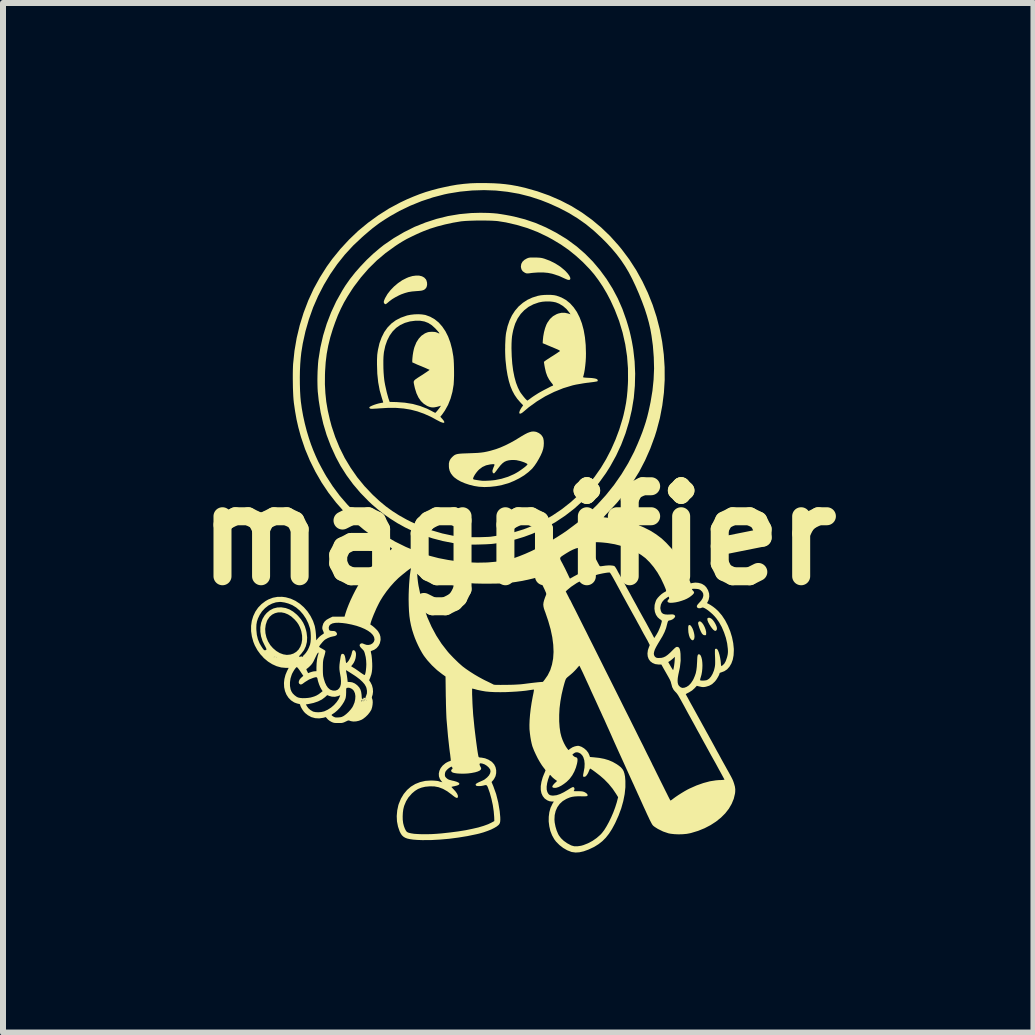
<source format=kicad_pcb>
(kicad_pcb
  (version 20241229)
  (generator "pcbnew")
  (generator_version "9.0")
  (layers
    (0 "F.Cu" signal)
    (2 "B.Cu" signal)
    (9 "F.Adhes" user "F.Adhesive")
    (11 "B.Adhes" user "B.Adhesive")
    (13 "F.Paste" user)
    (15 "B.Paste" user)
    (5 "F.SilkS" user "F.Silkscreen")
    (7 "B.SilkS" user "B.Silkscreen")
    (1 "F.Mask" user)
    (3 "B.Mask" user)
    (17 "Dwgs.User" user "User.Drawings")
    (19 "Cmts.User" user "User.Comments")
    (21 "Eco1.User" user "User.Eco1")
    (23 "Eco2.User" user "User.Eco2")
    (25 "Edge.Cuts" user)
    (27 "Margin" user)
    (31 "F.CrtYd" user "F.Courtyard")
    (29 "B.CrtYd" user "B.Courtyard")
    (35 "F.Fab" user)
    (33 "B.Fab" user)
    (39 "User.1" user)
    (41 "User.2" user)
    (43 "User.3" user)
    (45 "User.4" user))
  (footprint "magnifier"
    (layer "F.Cu")
    (at 5.586 5.874)
    (property "Reference" "magnifier" (at 0 0 0) (layer "F.SilkS") (effects (font (size 1.5 1.5) (thickness 0.3))))
    (attr board_only exclude_from_pos_files exclude_from_bom)
    (fp_poly (pts (xy 2.874 1.501) (xy 2.889 1.522) (xy 2.904 1.549) (xy 2.917 1.582) (xy 2.927 1.617) (xy 2.934 1.651) (xy 2.937 1.684) (xy 2.934 1.711) (xy 2.931 1.721) (xy 2.919 1.741) (xy 2.905 1.746) (xy 2.888 1.738) (xy 2.879 1.73) (xy 2.859 1.702) (xy 2.845 1.662) (xy 2.835 1.613) (xy 2.832 1.561) (xy 2.832 1.53) (xy 2.834 1.51) (xy 2.838 1.499) (xy 2.844 1.492) (xy 2.845 1.492) (xy 2.859 1.491)) (stroke (width 0) (type solid)) (fill yes) (layer "F.SilkS"))
    (fp_poly (pts (xy 3.039 1.434) (xy 3.06 1.452) (xy 3.061 1.452) (xy 3.085 1.485) (xy 3.106 1.525) (xy 3.122 1.568) (xy 3.131 1.608) (xy 3.131 1.618) (xy 3.131 1.642) (xy 3.129 1.654) (xy 3.123 1.66) (xy 3.114 1.661) (xy 3.094 1.659) (xy 3.079 1.652) (xy 3.06 1.632) (xy 3.041 1.597) (xy 3.021 1.548) (xy 3.014 1.528) (xy 3.003 1.492) (xy 2.997 1.467) (xy 2.998 1.45) (xy 3.005 1.438) (xy 3.005 1.437) (xy 3.021 1.429)) (stroke (width 0) (type solid)) (fill yes) (layer "F.SilkS"))
    (fp_poly (pts (xy 3.214 1.382) (xy 3.24 1.405) (xy 3.265 1.438) (xy 3.289 1.48) (xy 3.29 1.483) (xy 3.305 1.517) (xy 3.311 1.543) (xy 3.309 1.564) (xy 3.304 1.576) (xy 3.291 1.588) (xy 3.274 1.587) (xy 3.252 1.572) (xy 3.246 1.566) (xy 3.225 1.541) (xy 3.203 1.51) (xy 3.182 1.476) (xy 3.165 1.444) (xy 3.155 1.417) (xy 3.152 1.407) (xy 3.151 1.387) (xy 3.155 1.377) (xy 3.165 1.371) (xy 3.166 1.371) (xy 3.188 1.37)) (stroke (width 0) (type solid)) (fill yes) (layer "F.SilkS"))
    (fp_poly (pts (xy -1.651 -4.331) (xy -1.605 -4.32) (xy -1.567 -4.299) (xy -1.539 -4.269) (xy -1.53 -4.251) (xy -1.52 -4.215) (xy -1.519 -4.177) (xy -1.527 -4.143) (xy -1.536 -4.126) (xy -1.551 -4.109) (xy -1.568 -4.096) (xy -1.589 -4.087) (xy -1.618 -4.08) (xy -1.657 -4.076) (xy -1.698 -4.073) (xy -1.77 -4.067) (xy -1.832 -4.057) (xy -1.889 -4.041) (xy -1.948 -4.02) (xy -1.992 -4) (xy -2.051 -3.969) (xy -2.102 -3.938) (xy -2.151 -3.901) (xy -2.174 -3.881) (xy -2.195 -3.864) (xy -2.208 -3.856) (xy -2.218 -3.856) (xy -2.228 -3.863) (xy -2.23 -3.865) (xy -2.239 -3.878) (xy -2.241 -3.896) (xy -2.235 -3.919) (xy -2.221 -3.952) (xy -2.217 -3.96) (xy -2.179 -4.025) (xy -2.129 -4.089) (xy -2.07 -4.15) (xy -2.004 -4.206) (xy -1.934 -4.254) (xy -1.861 -4.291) (xy -1.828 -4.305) (xy -1.764 -4.324) (xy -1.704 -4.332)) (stroke (width 0) (type solid)) (fill yes) (layer "F.SilkS"))
    (fp_poly (pts (xy 0.275 -4.633) (xy 0.318 -4.632) (xy 0.352 -4.63) (xy 0.38 -4.627) (xy 0.408 -4.621) (xy 0.436 -4.613) (xy 0.527 -4.579) (xy 0.615 -4.535) (xy 0.697 -4.483) (xy 0.769 -4.424) (xy 0.792 -4.402) (xy 0.826 -4.364) (xy 0.85 -4.331) (xy 0.864 -4.303) (xy 0.868 -4.281) (xy 0.863 -4.266) (xy 0.848 -4.259) (xy 0.824 -4.262) (xy 0.791 -4.275) (xy 0.78 -4.28) (xy 0.676 -4.327) (xy 0.568 -4.362) (xy 0.56 -4.364) (xy 0.494 -4.377) (xy 0.417 -4.384) (xy 0.333 -4.384) (xy 0.247 -4.378) (xy 0.219 -4.375) (xy 0.184 -4.37) (xy 0.16 -4.368) (xy 0.143 -4.368) (xy 0.129 -4.371) (xy 0.115 -4.377) (xy 0.107 -4.381) (xy 0.074 -4.404) (xy 0.053 -4.436) (xy 0.044 -4.475) (xy 0.044 -4.484) (xy 0.05 -4.526) (xy 0.07 -4.563) (xy 0.103 -4.594) (xy 0.143 -4.617) (xy 0.16 -4.624) (xy 0.176 -4.629) (xy 0.196 -4.632) (xy 0.222 -4.633) (xy 0.258 -4.633)) (stroke (width 0) (type solid)) (fill yes) (layer "F.SilkS"))
    (fp_poly (pts (xy 0.282 -1.731) (xy 0.304 -1.726) (xy 0.345 -1.707) (xy 0.381 -1.679) (xy 0.407 -1.643) (xy 0.417 -1.619) (xy 0.424 -1.582) (xy 0.426 -1.536) (xy 0.423 -1.488) (xy 0.415 -1.443) (xy 0.414 -1.44) (xy 0.398 -1.39) (xy 0.373 -1.334) (xy 0.342 -1.276) (xy 0.308 -1.218) (xy 0.272 -1.165) (xy 0.236 -1.12) (xy 0.229 -1.112) (xy 0.169 -1.057) (xy 0.098 -1.003) (xy 0.017 -0.954) (xy -0.071 -0.91) (xy -0.162 -0.873) (xy -0.179 -0.868) (xy -0.271 -0.842) (xy -0.368 -0.823) (xy -0.466 -0.812) (xy -0.562 -0.808) (xy -0.65 -0.813) (xy -0.653 -0.813) (xy -0.735 -0.826) (xy -0.815 -0.846) (xy -0.89 -0.871) (xy -0.958 -0.9) (xy -1.018 -0.934) (xy -1.037 -0.948) (xy -0.753 -0.948) (xy -0.752 -0.942) (xy -0.748 -0.938) (xy -0.736 -0.933) (xy -0.716 -0.929) (xy -0.686 -0.924) (xy -0.644 -0.918) (xy -0.604 -0.913) (xy -0.582 -0.912) (xy -0.55 -0.912) (xy -0.51 -0.914) (xy -0.468 -0.916) (xy -0.426 -0.92) (xy -0.39 -0.924) (xy -0.388 -0.924) (xy -0.279 -0.946) (xy -0.169 -0.98) (xy -0.071 -1.023) (xy -0.036 -1.042) (xy 0.001 -1.064) (xy 0.038 -1.089) (xy 0.073 -1.114) (xy 0.105 -1.138) (xy 0.13 -1.159) (xy 0.147 -1.176) (xy 0.154 -1.188) (xy 0.154 -1.188) (xy 0.147 -1.196) (xy 0.129 -1.206) (xy 0.103 -1.218) (xy 0.07 -1.23) (xy 0.035 -1.241) (xy 0.014 -1.246) (xy -0.031 -1.256) (xy -0.072 -1.259) (xy -0.109 -1.259) (xy -0.156 -1.254) (xy -0.196 -1.244) (xy -0.231 -1.228) (xy -0.264 -1.203) (xy -0.297 -1.169) (xy -0.333 -1.123) (xy -0.347 -1.105) (xy -0.366 -1.078) (xy -0.384 -1.056) (xy -0.397 -1.041) (xy -0.403 -1.036) (xy -0.416 -1.038) (xy -0.426 -1.05) (xy -0.43 -1.069) (xy -0.43 -1.083) (xy -0.424 -1.103) (xy -0.415 -1.129) (xy -0.408 -1.146) (xy -0.399 -1.167) (xy -0.396 -1.181) (xy -0.401 -1.188) (xy -0.416 -1.19) (xy -0.442 -1.188) (xy -0.469 -1.185) (xy -0.537 -1.17) (xy -0.598 -1.142) (xy -0.652 -1.101) (xy -0.672 -1.081) (xy -0.696 -1.052) (xy -0.718 -1.022) (xy -0.736 -0.992) (xy -0.748 -0.967) (xy -0.753 -0.948) (xy -1.037 -0.948) (xy -1.067 -0.97) (xy -1.091 -0.994) (xy -1.123 -1.036) (xy -1.143 -1.078) (xy -1.154 -1.124) (xy -1.156 -1.153) (xy -1.156 -1.202) (xy -1.147 -1.241) (xy -1.129 -1.276) (xy -1.104 -1.305) (xy -1.086 -1.322) (xy -1.069 -1.336) (xy -1.052 -1.346) (xy -1.031 -1.354) (xy -1.006 -1.36) (xy -0.973 -1.364) (xy -0.932 -1.367) (xy -0.88 -1.369) (xy -0.824 -1.371) (xy -0.747 -1.374) (xy -0.68 -1.377) (xy -0.623 -1.382) (xy -0.571 -1.389) (xy -0.521 -1.399) (xy -0.47 -1.411) (xy -0.415 -1.427) (xy -0.371 -1.44) (xy -0.298 -1.467) (xy -0.218 -1.502) (xy -0.134 -1.544) (xy -0.051 -1.59) (xy -0.004 -1.619) (xy 0.058 -1.657) (xy 0.11 -1.687) (xy 0.153 -1.709) (xy 0.19 -1.723) (xy 0.223 -1.732) (xy 0.253 -1.734)) (stroke (width 0) (type solid)) (fill yes) (layer "F.SilkS"))
    (fp_poly (pts (xy 0.547 -4.01) (xy 0.599 -4.005) (xy 0.637 -3.997) (xy 0.719 -3.967) (xy 0.795 -3.925) (xy 0.863 -3.87) (xy 0.923 -3.803) (xy 0.977 -3.725) (xy 1.022 -3.636) (xy 1.06 -3.536) (xy 1.09 -3.425) (xy 1.111 -3.305) (xy 1.124 -3.174) (xy 1.128 -3.037) (xy 1.127 -2.968) (xy 1.123 -2.898) (xy 1.116 -2.829) (xy 1.108 -2.766) (xy 1.098 -2.71) (xy 1.087 -2.664) (xy 1.08 -2.642) (xy 1.081 -2.638) (xy 1.089 -2.635) (xy 1.106 -2.632) (xy 1.134 -2.63) (xy 1.17 -2.628) (xy 1.226 -2.625) (xy 1.268 -2.619) (xy 1.298 -2.612) (xy 1.317 -2.602) (xy 1.324 -2.59) (xy 1.325 -2.589) (xy 1.322 -2.574) (xy 1.315 -2.569) (xy 1.305 -2.567) (xy 1.282 -2.563) (xy 1.25 -2.558) (xy 1.21 -2.553) (xy 1.165 -2.547) (xy 1.152 -2.546) (xy 1.088 -2.537) (xy 1.025 -2.526) (xy 0.966 -2.516) (xy 0.916 -2.505) (xy 0.904 -2.502) (xy 0.749 -2.455) (xy 0.598 -2.394) (xy 0.451 -2.321) (xy 0.31 -2.235) (xy 0.177 -2.139) (xy 0.093 -2.068) (xy 0.063 -2.044) (xy 0.04 -2.032) (xy 0.025 -2.031) (xy 0.017 -2.041) (xy 0.018 -2.056) (xy 0.025 -2.079) (xy 0.039 -2.107) (xy 0.057 -2.136) (xy 0.061 -2.141) (xy 0.081 -2.17) (xy 0.031 -2.223) (xy -0.018 -2.28) (xy -0.062 -2.344) (xy -0.099 -2.413) (xy -0.131 -2.49) (xy -0.157 -2.576) (xy -0.179 -2.673) (xy -0.197 -2.781) (xy -0.21 -2.901) (xy -0.213 -2.93) (xy -0.216 -2.982) (xy -0.218 -3.043) (xy -0.219 -3.108) (xy -0.218 -3.127) (xy -0.113 -3.127) (xy -0.113 -3.117) (xy -0.109 -2.987) (xy -0.1 -2.864) (xy -0.085 -2.749) (xy -0.064 -2.643) (xy -0.038 -2.548) (xy -0.006 -2.465) (xy 0.026 -2.401) (xy 0.04 -2.378) (xy 0.06 -2.352) (xy 0.081 -2.324) (xy 0.103 -2.297) (xy 0.123 -2.274) (xy 0.14 -2.258) (xy 0.15 -2.25) (xy 0.152 -2.249) (xy 0.159 -2.253) (xy 0.175 -2.264) (xy 0.197 -2.28) (xy 0.21 -2.29) (xy 0.242 -2.313) (xy 0.28 -2.338) (xy 0.318 -2.362) (xy 0.332 -2.371) (xy 0.36 -2.387) (xy 0.394 -2.406) (xy 0.431 -2.426) (xy 0.47 -2.446) (xy 0.507 -2.465) (xy 0.539 -2.482) (xy 0.564 -2.493) (xy 0.578 -2.499) (xy 0.581 -2.505) (xy 0.575 -2.517) (xy 0.56 -2.538) (xy 0.551 -2.548) (xy 0.514 -2.599) (xy 0.484 -2.655) (xy 0.461 -2.719) (xy 0.444 -2.793) (xy 0.437 -2.83) (xy 0.427 -2.894) (xy 0.446 -2.909) (xy 0.458 -2.918) (xy 0.48 -2.933) (xy 0.51 -2.952) (xy 0.544 -2.975) (xy 0.575 -2.994) (xy 0.611 -3.017) (xy 0.643 -3.038) (xy 0.669 -3.056) (xy 0.687 -3.068) (xy 0.694 -3.073) (xy 0.695 -3.077) (xy 0.688 -3.083) (xy 0.673 -3.092) (xy 0.648 -3.104) (xy 0.612 -3.119) (xy 0.564 -3.14) (xy 0.555 -3.143) (xy 0.407 -3.205) (xy 0.409 -3.246) (xy 0.416 -3.317) (xy 0.429 -3.389) (xy 0.447 -3.456) (xy 0.469 -3.515) (xy 0.488 -3.551) (xy 0.529 -3.609) (xy 0.579 -3.655) (xy 0.637 -3.688) (xy 0.665 -3.699) (xy 0.721 -3.712) (xy 0.776 -3.712) (xy 0.827 -3.701) (xy 0.871 -3.687) (xy 0.85 -3.717) (xy 0.803 -3.775) (xy 0.746 -3.824) (xy 0.682 -3.863) (xy 0.627 -3.885) (xy 0.579 -3.895) (xy 0.522 -3.901) (xy 0.461 -3.901) (xy 0.401 -3.896) (xy 0.346 -3.885) (xy 0.341 -3.884) (xy 0.252 -3.853) (xy 0.172 -3.811) (xy 0.102 -3.757) (xy 0.041 -3.693) (xy -0.01 -3.618) (xy -0.05 -3.535) (xy -0.068 -3.48) (xy -0.084 -3.423) (xy -0.095 -3.37) (xy -0.104 -3.318) (xy -0.109 -3.262) (xy -0.112 -3.2) (xy -0.113 -3.127) (xy -0.218 -3.127) (xy -0.218 -3.174) (xy -0.215 -3.239) (xy -0.212 -3.298) (xy -0.207 -3.348) (xy -0.202 -3.381) (xy -0.178 -3.488) (xy -0.145 -3.584) (xy -0.105 -3.669) (xy -0.055 -3.746) (xy 0.004 -3.815) (xy 0.01 -3.821) (xy 0.078 -3.879) (xy 0.151 -3.927) (xy 0.233 -3.965) (xy 0.325 -3.994) (xy 0.33 -3.995) (xy 0.377 -4.004) (xy 0.432 -4.009) (xy 0.49 -4.011)) (stroke (width 0) (type solid)) (fill yes) (layer "F.SilkS"))
    (fp_poly (pts (xy -1.608 -3.685) (xy -1.556 -3.677) (xy -1.546 -3.675) (xy -1.467 -3.646) (xy -1.393 -3.604) (xy -1.326 -3.55) (xy -1.267 -3.483) (xy -1.214 -3.405) (xy -1.169 -3.316) (xy -1.132 -3.216) (xy -1.103 -3.106) (xy -1.082 -2.986) (xy -1.081 -2.975) (xy -1.076 -2.926) (xy -1.073 -2.867) (xy -1.071 -2.801) (xy -1.07 -2.732) (xy -1.07 -2.664) (xy -1.072 -2.6) (xy -1.075 -2.544) (xy -1.077 -2.514) (xy -1.097 -2.395) (xy -1.128 -2.282) (xy -1.17 -2.177) (xy -1.223 -2.082) (xy -1.266 -2.02) (xy -1.299 -1.979) (xy -1.264 -1.941) (xy -1.242 -1.913) (xy -1.232 -1.893) (xy -1.234 -1.882) (xy -1.246 -1.878) (xy -1.268 -1.883) (xy -1.3 -1.895) (xy -1.341 -1.917) (xy -1.348 -1.92) (xy -1.461 -1.981) (xy -1.571 -2.03) (xy -1.681 -2.069) (xy -1.793 -2.098) (xy -1.909 -2.117) (xy -2.031 -2.127) (xy -2.161 -2.128) (xy -2.301 -2.12) (xy -2.303 -2.12) (xy -2.355 -2.116) (xy -2.395 -2.114) (xy -2.425 -2.112) (xy -2.445 -2.112) (xy -2.459 -2.113) (xy -2.467 -2.115) (xy -2.473 -2.118) (xy -2.475 -2.12) (xy -2.483 -2.13) (xy -2.479 -2.139) (xy -2.476 -2.143) (xy -2.461 -2.153) (xy -2.435 -2.165) (xy -2.402 -2.178) (xy -2.366 -2.19) (xy -2.331 -2.2) (xy -2.304 -2.206) (xy -2.279 -2.211) (xy -2.26 -2.214) (xy -2.251 -2.217) (xy -2.251 -2.217) (xy -2.252 -2.224) (xy -2.257 -2.242) (xy -2.265 -2.268) (xy -2.274 -2.296) (xy -2.309 -2.419) (xy -2.334 -2.553) (xy -2.349 -2.696) (xy -2.354 -2.849) (xy -2.354 -2.854) (xy -2.248 -2.854) (xy -2.247 -2.785) (xy -2.244 -2.717) (xy -2.239 -2.652) (xy -2.233 -2.595) (xy -2.228 -2.561) (xy -2.218 -2.506) (xy -2.205 -2.448) (xy -2.192 -2.389) (xy -2.177 -2.334) (xy -2.164 -2.287) (xy -2.156 -2.265) (xy -2.143 -2.227) (xy -2.026 -2.224) (xy -1.89 -2.214) (xy -1.759 -2.193) (xy -1.636 -2.159) (xy -1.52 -2.114) (xy -1.447 -2.077) (xy -1.421 -2.063) (xy -1.399 -2.052) (xy -1.386 -2.045) (xy -1.384 -2.044) (xy -1.377 -2.049) (xy -1.364 -2.063) (xy -1.35 -2.079) (xy -1.331 -2.103) (xy -1.313 -2.126) (xy -1.304 -2.139) (xy -1.287 -2.164) (xy -1.305 -2.158) (xy -1.357 -2.144) (xy -1.399 -2.136) (xy -1.436 -2.135) (xy -1.47 -2.141) (xy -1.505 -2.154) (xy -1.52 -2.161) (xy -1.575 -2.196) (xy -1.623 -2.242) (xy -1.663 -2.3) (xy -1.696 -2.37) (xy -1.722 -2.453) (xy -1.732 -2.497) (xy -1.738 -2.525) (xy -1.742 -2.547) (xy -1.742 -2.564) (xy -1.737 -2.578) (xy -1.725 -2.592) (xy -1.706 -2.608) (xy -1.678 -2.627) (xy -1.639 -2.652) (xy -1.628 -2.659) (xy -1.59 -2.683) (xy -1.556 -2.706) (xy -1.527 -2.725) (xy -1.506 -2.74) (xy -1.495 -2.747) (xy -1.477 -2.761) (xy -1.52 -2.78) (xy -1.551 -2.794) (xy -1.587 -2.809) (xy -1.615 -2.821) (xy -1.65 -2.835) (xy -1.689 -2.851) (xy -1.716 -2.864) (xy -1.766 -2.886) (xy -1.766 -2.925) (xy -1.763 -2.963) (xy -1.758 -3.009) (xy -1.75 -3.058) (xy -1.74 -3.105) (xy -1.729 -3.144) (xy -1.728 -3.145) (xy -1.698 -3.219) (xy -1.659 -3.28) (xy -1.614 -3.329) (xy -1.56 -3.366) (xy -1.548 -3.372) (xy -1.519 -3.384) (xy -1.495 -3.391) (xy -1.468 -3.394) (xy -1.44 -3.395) (xy -1.402 -3.394) (xy -1.373 -3.389) (xy -1.348 -3.38) (xy -1.346 -3.379) (xy -1.326 -3.37) (xy -1.317 -3.367) (xy -1.315 -3.37) (xy -1.319 -3.379) (xy -1.328 -3.39) (xy -1.344 -3.409) (xy -1.365 -3.432) (xy -1.383 -3.452) (xy -1.44 -3.504) (xy -1.499 -3.542) (xy -1.563 -3.567) (xy -1.633 -3.579) (xy -1.711 -3.58) (xy -1.711 -3.58) (xy -1.804 -3.568) (xy -1.889 -3.544) (xy -1.966 -3.508) (xy -2.034 -3.461) (xy -2.093 -3.402) (xy -2.143 -3.332) (xy -2.184 -3.251) (xy -2.216 -3.16) (xy -2.238 -3.058) (xy -2.242 -3.023) (xy -2.246 -2.977) (xy -2.248 -2.919) (xy -2.248 -2.854) (xy -2.354 -2.854) (xy -2.354 -2.865) (xy -2.354 -2.924) (xy -2.352 -2.972) (xy -2.35 -3.012) (xy -2.345 -3.05) (xy -2.339 -3.088) (xy -2.338 -3.094) (xy -2.313 -3.204) (xy -2.277 -3.302) (xy -2.233 -3.39) (xy -2.179 -3.466) (xy -2.115 -3.532) (xy -2.041 -3.587) (xy -1.958 -3.63) (xy -1.865 -3.663) (xy -1.849 -3.668) (xy -1.792 -3.679) (xy -1.73 -3.686) (xy -1.667 -3.688)) (stroke (width 0) (type solid)) (fill yes) (layer "F.SilkS"))
    (fp_poly (pts (xy -0.556 -5.377) (xy -0.483 -5.375) (xy -0.416 -5.371) (xy -0.35 -5.365) (xy -0.283 -5.355) (xy -0.211 -5.343) (xy -0.13 -5.328) (xy -0.068 -5.315) (xy 0.111 -5.269) (xy 0.288 -5.209) (xy 0.462 -5.134) (xy 0.632 -5.046) (xy 0.799 -4.945) (xy 0.828 -4.925) (xy 0.974 -4.817) (xy 1.112 -4.697) (xy 1.242 -4.566) (xy 1.361 -4.425) (xy 1.471 -4.275) (xy 1.571 -4.116) (xy 1.659 -3.95) (xy 1.735 -3.777) (xy 1.799 -3.597) (xy 1.8 -3.594) (xy 1.83 -3.496) (xy 1.855 -3.407) (xy 1.875 -3.322) (xy 1.893 -3.237) (xy 1.909 -3.147) (xy 1.916 -3.104) (xy 1.939 -2.901) (xy 1.948 -2.698) (xy 1.943 -2.495) (xy 1.925 -2.293) (xy 1.892 -2.093) (xy 1.846 -1.896) (xy 1.787 -1.702) (xy 1.715 -1.513) (xy 1.63 -1.33) (xy 1.532 -1.153) (xy 1.461 -1.04) (xy 1.343 -0.876) (xy 1.216 -0.722) (xy 1.079 -0.58) (xy 0.934 -0.449) (xy 0.78 -0.33) (xy 0.618 -0.222) (xy 0.448 -0.127) (xy 0.36 -0.084) (xy 0.228 -0.027) (xy 0.095 0.022) (xy -0.04 0.063) (xy -0.181 0.097) (xy -0.332 0.125) (xy -0.408 0.136) (xy -0.444 0.14) (xy -0.491 0.143) (xy -0.548 0.146) (xy -0.61 0.148) (xy -0.674 0.15) (xy -0.739 0.151) (xy -0.8 0.151) (xy -0.854 0.15) (xy -0.9 0.148) (xy -0.927 0.146) (xy -1.092 0.124) (xy -1.259 0.091) (xy -1.424 0.048) (xy -1.586 -0.005) (xy -1.741 -0.066) (xy -1.887 -0.136) (xy -2.013 -0.206) (xy -2.132 -0.281) (xy -2.24 -0.357) (xy -2.341 -0.436) (xy -2.439 -0.52) (xy -2.495 -0.573) (xy -2.629 -0.71) (xy -2.752 -0.855) (xy -2.863 -1.006) (xy -2.962 -1.162) (xy -3.04 -1.308) (xy -3.123 -1.49) (xy -3.193 -1.674) (xy -3.249 -1.861) (xy -3.293 -2.052) (xy -3.325 -2.251) (xy -3.341 -2.399) (xy -3.344 -2.452) (xy -3.346 -2.515) (xy -3.346 -2.522) (xy -3.222 -2.522) (xy -3.214 -2.373) (xy -3.199 -2.228) (xy -3.174 -2.083) (xy -3.14 -1.934) (xy -3.11 -1.821) (xy -3.05 -1.641) (xy -2.977 -1.464) (xy -2.892 -1.293) (xy -2.793 -1.129) (xy -2.684 -0.972) (xy -2.563 -0.824) (xy -2.432 -0.686) (xy -2.42 -0.674) (xy -2.313 -0.575) (xy -2.207 -0.487) (xy -2.1 -0.409) (xy -1.987 -0.337) (xy -1.866 -0.269) (xy -1.791 -0.231) (xy -1.616 -0.151) (xy -1.44 -0.086) (xy -1.266 -0.035) (xy -1.093 0.002) (xy -0.921 0.024) (xy -0.919 0.024) (xy -0.884 0.026) (xy -0.836 0.028) (xy -0.781 0.028) (xy -0.721 0.028) (xy -0.659 0.028) (xy -0.598 0.026) (xy -0.542 0.024) (xy -0.494 0.022) (xy -0.456 0.019) (xy -0.451 0.018) (xy -0.263 -0.01) (xy -0.082 -0.051) (xy 0.093 -0.105) (xy 0.264 -0.172) (xy 0.409 -0.242) (xy 0.572 -0.335) (xy 0.729 -0.441) (xy 0.877 -0.558) (xy 1.018 -0.687) (xy 1.149 -0.828) (xy 1.272 -0.978) (xy 1.375 -1.125) (xy 1.464 -1.273) (xy 1.546 -1.431) (xy 1.62 -1.598) (xy 1.684 -1.769) (xy 1.737 -1.943) (xy 1.754 -2.007) (xy 1.777 -2.11) (xy 1.796 -2.21) (xy 1.81 -2.31) (xy 1.82 -2.415) (xy 1.827 -2.528) (xy 1.829 -2.586) (xy 1.828 -2.787) (xy 1.813 -2.987) (xy 1.783 -3.185) (xy 1.739 -3.381) (xy 1.681 -3.574) (xy 1.608 -3.763) (xy 1.538 -3.916) (xy 1.476 -4.034) (xy 1.409 -4.148) (xy 1.337 -4.255) (xy 1.264 -4.353) (xy 1.191 -4.438) (xy 1.076 -4.557) (xy 0.959 -4.663) (xy 0.839 -4.76) (xy 0.711 -4.849) (xy 0.573 -4.932) (xy 0.487 -4.979) (xy 0.324 -5.057) (xy 0.153 -5.123) (xy -0.024 -5.176) (xy -0.206 -5.218) (xy -0.344 -5.24) (xy -0.382 -5.243) (xy -0.432 -5.246) (xy -0.491 -5.248) (xy -0.556 -5.249) (xy -0.625 -5.249) (xy -0.695 -5.249) (xy -0.763 -5.247) (xy -0.827 -5.245) (xy -0.883 -5.242) (xy -0.929 -5.238) (xy -0.951 -5.236) (xy -1.087 -5.213) (xy -1.221 -5.184) (xy -1.351 -5.15) (xy -1.473 -5.112) (xy -1.585 -5.069) (xy -1.63 -5.05) (xy -1.701 -5.018) (xy -1.76 -4.99) (xy -1.811 -4.965) (xy -1.857 -4.942) (xy -1.898 -4.919) (xy -1.939 -4.895) (xy -1.981 -4.869) (xy -2.027 -4.839) (xy -2.055 -4.82) (xy -2.21 -4.708) (xy -2.356 -4.585) (xy -2.493 -4.45) (xy -2.621 -4.303) (xy -2.739 -4.147) (xy -2.774 -4.095) (xy -2.843 -3.987) (xy -2.904 -3.883) (xy -2.957 -3.778) (xy -3.006 -3.67) (xy -3.051 -3.553) (xy -3.088 -3.448) (xy -3.132 -3.305) (xy -3.166 -3.166) (xy -3.192 -3.027) (xy -3.209 -2.886) (xy -3.219 -2.736) (xy -3.221 -2.678) (xy -3.222 -2.522) (xy -3.346 -2.522) (xy -3.347 -2.586) (xy -3.346 -2.66) (xy -3.344 -2.735) (xy -3.34 -2.806) (xy -3.336 -2.87) (xy -3.331 -2.923) (xy -3.298 -3.131) (xy -3.252 -3.332) (xy -3.192 -3.528) (xy -3.119 -3.718) (xy -3.033 -3.903) (xy -2.932 -4.083) (xy -2.881 -4.165) (xy -2.806 -4.272) (xy -2.72 -4.381) (xy -2.625 -4.489) (xy -2.524 -4.595) (xy -2.418 -4.695) (xy -2.311 -4.786) (xy -2.239 -4.843) (xy -2.074 -4.956) (xy -1.903 -5.056) (xy -1.727 -5.144) (xy -1.545 -5.217) (xy -1.36 -5.277) (xy -1.17 -5.324) (xy -0.978 -5.356) (xy -0.783 -5.374) (xy -0.637 -5.378)) (stroke (width 0) (type solid)) (fill yes) (layer "F.SilkS"))
    (fp_poly (pts (xy -0.54 -5.874) (xy -0.518 -5.873) (xy -0.407 -5.87) (xy -0.307 -5.864) (xy -0.215 -5.855) (xy -0.125 -5.843) (xy -0.036 -5.827) (xy 0.058 -5.807) (xy 0.114 -5.794) (xy 0.319 -5.736) (xy 0.516 -5.666) (xy 0.705 -5.584) (xy 0.887 -5.49) (xy 1.06 -5.383) (xy 1.225 -5.264) (xy 1.381 -5.134) (xy 1.53 -4.991) (xy 1.669 -4.836) (xy 1.722 -4.772) (xy 1.85 -4.601) (xy 1.966 -4.421) (xy 2.069 -4.235) (xy 2.16 -4.043) (xy 2.239 -3.845) (xy 2.305 -3.643) (xy 2.358 -3.437) (xy 2.398 -3.228) (xy 2.425 -3.017) (xy 2.439 -2.805) (xy 2.44 -2.592) (xy 2.427 -2.379) (xy 2.4 -2.167) (xy 2.36 -1.957) (xy 2.305 -1.749) (xy 2.275 -1.653) (xy 2.2 -1.449) (xy 2.114 -1.254) (xy 2.017 -1.067) (xy 1.907 -0.889) (xy 1.785 -0.717) (xy 1.65 -0.552) (xy 1.521 -0.412) (xy 1.49 -0.38) (xy 1.463 -0.352) (xy 1.442 -0.329) (xy 1.428 -0.313) (xy 1.422 -0.305) (xy 1.422 -0.305) (xy 1.43 -0.304) (xy 1.45 -0.301) (xy 1.479 -0.298) (xy 1.514 -0.295) (xy 1.523 -0.294) (xy 1.608 -0.284) (xy 1.688 -0.271) (xy 1.767 -0.253) (xy 1.848 -0.229) (xy 1.937 -0.199) (xy 1.974 -0.185) (xy 2.094 -0.135) (xy 2.201 -0.081) (xy 2.298 -0.02) (xy 2.387 0.047) (xy 2.465 0.12) (xy 2.559 0.222) (xy 2.642 0.331) (xy 2.716 0.447) (xy 2.782 0.572) (xy 2.84 0.709) (xy 2.85 0.734) (xy 2.873 0.797) (xy 2.904 0.79) (xy 2.951 0.784) (xy 3 0.788) (xy 3.047 0.8) (xy 3.069 0.81) (xy 3.105 0.833) (xy 3.133 0.862) (xy 3.156 0.9) (xy 3.164 0.916) (xy 3.18 0.965) (xy 3.183 1.016) (xy 3.174 1.065) (xy 3.164 1.09) (xy 3.145 1.126) (xy 3.171 1.139) (xy 3.206 1.159) (xy 3.246 1.186) (xy 3.287 1.218) (xy 3.324 1.252) (xy 3.335 1.263) (xy 3.394 1.332) (xy 3.447 1.412) (xy 3.493 1.501) (xy 3.532 1.596) (xy 3.562 1.694) (xy 3.582 1.792) (xy 3.592 1.889) (xy 3.592 1.916) (xy 3.588 1.996) (xy 3.574 2.069) (xy 3.551 2.132) (xy 3.519 2.186) (xy 3.48 2.23) (xy 3.433 2.261) (xy 3.379 2.281) (xy 3.376 2.282) (xy 3.361 2.287) (xy 3.355 2.294) (xy 3.351 2.31) (xy 3.34 2.335) (xy 3.324 2.364) (xy 3.306 2.394) (xy 3.286 2.421) (xy 3.273 2.436) (xy 3.23 2.476) (xy 3.183 2.502) (xy 3.128 2.519) (xy 3.123 2.52) (xy 3.098 2.524) (xy 3.077 2.525) (xy 3.056 2.523) (xy 3.028 2.517) (xy 3.006 2.512) (xy 2.975 2.504) (xy 2.937 2.545) (xy 2.896 2.582) (xy 2.847 2.612) (xy 2.846 2.613) (xy 2.821 2.625) (xy 2.802 2.636) (xy 2.792 2.642) (xy 2.791 2.642) (xy 2.793 2.647) (xy 2.799 2.659) (xy 2.81 2.679) (xy 2.826 2.707) (xy 2.846 2.745) (xy 2.872 2.793) (xy 2.904 2.85) (xy 2.942 2.919) (xy 2.986 2.999) (xy 3.037 3.091) (xy 3.069 3.15) (xy 3.103 3.211) (xy 3.135 3.27) (xy 3.166 3.325) (xy 3.193 3.375) (xy 3.217 3.418) (xy 3.236 3.453) (xy 3.249 3.477) (xy 3.253 3.484) (xy 3.278 3.53) (xy 3.308 3.586) (xy 3.343 3.648) (xy 3.379 3.715) (xy 3.417 3.784) (xy 3.454 3.85) (xy 3.476 3.89) (xy 3.507 3.945) (xy 3.531 3.989) (xy 3.55 4.024) (xy 3.564 4.052) (xy 3.575 4.075) (xy 3.583 4.095) (xy 3.59 4.115) (xy 3.596 4.133) (xy 3.61 4.183) (xy 3.616 4.227) (xy 3.615 4.27) (xy 3.612 4.298) (xy 3.591 4.386) (xy 3.556 4.471) (xy 3.509 4.552) (xy 3.449 4.629) (xy 3.378 4.7) (xy 3.296 4.766) (xy 3.205 4.825) (xy 3.105 4.877) (xy 2.997 4.921) (xy 2.881 4.956) (xy 2.865 4.96) (xy 2.807 4.971) (xy 2.741 4.977) (xy 2.671 4.979) (xy 2.603 4.976) (xy 2.54 4.969) (xy 2.503 4.962) (xy 2.414 4.932) (xy 2.327 4.889) (xy 2.286 4.863) (xy 2.264 4.848) (xy 2.247 4.834) (xy 2.234 4.818) (xy 2.221 4.796) (xy 2.205 4.765) (xy 2.203 4.762) (xy 2.188 4.732) (xy 2.17 4.693) (xy 2.147 4.645) (xy 2.121 4.587) (xy 2.089 4.518) (xy 2.053 4.438) (xy 2.011 4.345) (xy 1.992 4.304) (xy 1.971 4.257) (xy 1.947 4.205) (xy 1.924 4.153) (xy 1.903 4.108) (xy 1.899 4.099) (xy 1.846 3.983) (xy 1.793 3.866) (xy 1.74 3.749) (xy 1.688 3.635) (xy 1.639 3.527) (xy 1.594 3.427) (xy 1.554 3.336) (xy 1.538 3.3) (xy 1.526 3.273) (xy 1.509 3.235) (xy 1.487 3.187) (xy 1.462 3.131) (xy 1.435 3.07) (xy 1.405 3.006) (xy 1.375 2.939) (xy 1.357 2.901) (xy 1.324 2.828) (xy 1.289 2.751) (xy 1.252 2.671) (xy 1.216 2.593) (xy 1.183 2.518) (xy 1.152 2.451) (xy 1.125 2.393) (xy 1.121 2.383) (xy 1.097 2.331) (xy 1.075 2.283) (xy 1.055 2.242) (xy 1.039 2.209) (xy 1.027 2.184) (xy 1.02 2.171) (xy 1.019 2.169) (xy 1.012 2.174) (xy 0.999 2.188) (xy 0.981 2.209) (xy 0.969 2.223) (xy 0.943 2.251) (xy 0.911 2.283) (xy 0.876 2.314) (xy 0.858 2.329) (xy 0.836 2.347) (xy 0.819 2.361) (xy 0.807 2.373) (xy 0.796 2.386) (xy 0.788 2.403) (xy 0.78 2.425) (xy 0.771 2.454) (xy 0.76 2.494) (xy 0.748 2.539) (xy 0.722 2.65) (xy 0.702 2.764) (xy 0.688 2.877) (xy 0.682 2.988) (xy 0.682 3.095) (xy 0.689 3.195) (xy 0.702 3.286) (xy 0.719 3.352) (xy 0.738 3.406) (xy 0.762 3.46) (xy 0.789 3.51) (xy 0.809 3.54) (xy 0.835 3.575) (xy 0.869 3.55) (xy 0.904 3.528) (xy 0.943 3.513) (xy 0.981 3.505) (xy 1.01 3.505) (xy 1.054 3.52) (xy 1.097 3.546) (xy 1.136 3.58) (xy 1.166 3.619) (xy 1.183 3.655) (xy 1.195 3.69) (xy 1.255 3.695) (xy 1.349 3.705) (xy 1.432 3.721) (xy 1.506 3.743) (xy 1.574 3.772) (xy 1.639 3.809) (xy 1.678 3.836) (xy 1.711 3.863) (xy 1.737 3.893) (xy 1.756 3.926) (xy 1.769 3.966) (xy 1.779 4.015) (xy 1.784 4.076) (xy 1.785 4.088) (xy 1.785 4.195) (xy 1.773 4.308) (xy 1.75 4.425) (xy 1.716 4.546) (xy 1.671 4.667) (xy 1.617 4.787) (xy 1.611 4.799) (xy 1.562 4.89) (xy 1.511 4.969) (xy 1.458 5.036) (xy 1.401 5.093) (xy 1.339 5.142) (xy 1.27 5.185) (xy 1.253 5.194) (xy 1.167 5.234) (xy 1.09 5.262) (xy 1.019 5.278) (xy 0.955 5.282) (xy 0.896 5.274) (xy 0.886 5.272) (xy 0.817 5.245) (xy 0.75 5.207) (xy 0.687 5.158) (xy 0.631 5.102) (xy 0.6 5.061) (xy 0.563 4.995) (xy 0.535 4.923) (xy 0.517 4.845) (xy 0.507 4.765) (xy 0.508 4.686) (xy 0.518 4.609) (xy 0.538 4.537) (xy 0.568 4.474) (xy 0.57 4.469) (xy 0.593 4.432) (xy 0.558 4.432) (xy 0.52 4.427) (xy 0.483 4.412) (xy 0.44 4.382) (xy 0.408 4.342) (xy 0.386 4.294) (xy 0.375 4.238) (xy 0.375 4.184) (xy 0.473 4.184) (xy 0.474 4.234) (xy 0.485 4.275) (xy 0.504 4.307) (xy 0.519 4.32) (xy 0.539 4.329) (xy 0.567 4.333) (xy 0.586 4.333) (xy 0.638 4.327) (xy 0.696 4.308) (xy 0.76 4.277) (xy 0.824 4.239) (xy 0.854 4.22) (xy 0.881 4.204) (xy 0.902 4.194) (xy 0.914 4.191) (xy 0.928 4.197) (xy 0.936 4.212) (xy 0.936 4.23) (xy 0.932 4.243) (xy 0.925 4.254) (xy 0.923 4.258) (xy 0.93 4.259) (xy 0.948 4.26) (xy 0.975 4.26) (xy 0.998 4.26) (xy 1.035 4.261) (xy 1.062 4.263) (xy 1.082 4.267) (xy 1.101 4.274) (xy 1.109 4.278) (xy 1.135 4.294) (xy 1.151 4.311) (xy 1.156 4.327) (xy 1.151 4.339) (xy 1.141 4.343) (xy 1.119 4.345) (xy 1.083 4.346) (xy 1.044 4.345) (xy 0.986 4.345) (xy 0.938 4.348) (xy 0.898 4.354) (xy 0.86 4.364) (xy 0.821 4.38) (xy 0.801 4.389) (xy 0.741 4.425) (xy 0.69 4.472) (xy 0.651 4.527) (xy 0.623 4.59) (xy 0.607 4.659) (xy 0.603 4.734) (xy 0.607 4.782) (xy 0.62 4.849) (xy 0.639 4.913) (xy 0.663 4.97) (xy 0.676 4.995) (xy 0.711 5.042) (xy 0.758 5.087) (xy 0.814 5.127) (xy 0.876 5.16) (xy 0.89 5.166) (xy 0.934 5.178) (xy 0.987 5.178) (xy 1.047 5.169) (xy 1.086 5.158) (xy 1.162 5.128) (xy 1.237 5.088) (xy 1.306 5.04) (xy 1.367 4.987) (xy 1.394 4.958) (xy 1.433 4.907) (xy 1.472 4.844) (xy 1.511 4.773) (xy 1.549 4.694) (xy 1.584 4.613) (xy 1.615 4.53) (xy 1.641 4.448) (xy 1.651 4.409) (xy 1.664 4.36) (xy 1.629 4.303) (xy 1.573 4.22) (xy 1.506 4.138) (xy 1.432 4.062) (xy 1.363 4.002) (xy 1.319 3.968) (xy 1.28 3.938) (xy 1.247 3.914) (xy 1.221 3.896) (xy 1.204 3.885) (xy 1.199 3.883) (xy 1.193 3.889) (xy 1.185 3.905) (xy 1.179 3.921) (xy 1.162 3.96) (xy 1.143 3.991) (xy 1.124 4.012) (xy 1.109 4.019) (xy 1.093 4.021) (xy 1.083 4.017) (xy 1.08 4.004) (xy 1.082 3.981) (xy 1.089 3.946) (xy 1.09 3.94) (xy 1.103 3.869) (xy 1.106 3.803) (xy 1.1 3.744) (xy 1.084 3.694) (xy 1.069 3.667) (xy 1.042 3.637) (xy 1.011 3.619) (xy 0.979 3.611) (xy 0.948 3.616) (xy 0.923 3.632) (xy 0.901 3.652) (xy 0.919 3.672) (xy 0.937 3.686) (xy 0.956 3.694) (xy 0.957 3.694) (xy 0.974 3.699) (xy 0.984 3.713) (xy 0.988 3.735) (xy 0.985 3.769) (xy 0.979 3.801) (xy 0.961 3.866) (xy 0.934 3.933) (xy 0.9 3.995) (xy 0.861 4.048) (xy 0.848 4.063) (xy 0.806 4.104) (xy 0.761 4.139) (xy 0.715 4.169) (xy 0.671 4.191) (xy 0.632 4.203) (xy 0.611 4.205) (xy 0.583 4.202) (xy 0.569 4.193) (xy 0.568 4.177) (xy 0.581 4.156) (xy 0.606 4.128) (xy 0.611 4.124) (xy 0.647 4.09) (xy 0.606 4.06) (xy 0.583 4.041) (xy 0.562 4.022) (xy 0.55 4.008) (xy 0.538 3.994) (xy 0.529 3.989) (xy 0.527 3.989) (xy 0.522 3.998) (xy 0.514 4.017) (xy 0.505 4.043) (xy 0.497 4.064) (xy 0.481 4.127) (xy 0.473 4.184) (xy 0.375 4.184) (xy 0.375 4.175) (xy 0.386 4.105) (xy 0.407 4.03) (xy 0.428 3.977) (xy 0.44 3.95) (xy 0.449 3.927) (xy 0.454 3.914) (xy 0.454 3.912) (xy 0.45 3.904) (xy 0.439 3.888) (xy 0.426 3.872) (xy 0.394 3.829) (xy 0.36 3.775) (xy 0.325 3.714) (xy 0.293 3.649) (xy 0.263 3.584) (xy 0.239 3.522) (xy 0.234 3.508) (xy 0.223 3.466) (xy 0.212 3.415) (xy 0.202 3.357) (xy 0.194 3.296) (xy 0.188 3.237) (xy 0.187 3.224) (xy 0.186 3.155) (xy 0.189 3.075) (xy 0.196 2.986) (xy 0.207 2.889) (xy 0.222 2.788) (xy 0.241 2.684) (xy 0.246 2.66) (xy 0.253 2.626) (xy 0.258 2.597) (xy 0.261 2.577) (xy 0.262 2.567) (xy 0.262 2.567) (xy 0.254 2.567) (xy 0.235 2.569) (xy 0.209 2.573) (xy 0.194 2.575) (xy 0.128 2.585) (xy 0.052 2.593) (xy -0.033 2.6) (xy -0.121 2.605) (xy -0.21 2.609) (xy -0.296 2.61) (xy -0.3 2.61) (xy -0.391 2.609) (xy -0.472 2.605) (xy -0.545 2.598) (xy -0.614 2.586) (xy -0.684 2.571) (xy -0.709 2.564) (xy -0.735 2.557) (xy -0.756 2.552) (xy -0.766 2.55) (xy -0.767 2.55) (xy -0.769 2.557) (xy -0.769 2.576) (xy -0.769 2.607) (xy -0.769 2.646) (xy -0.767 2.693) (xy -0.765 2.744) (xy -0.763 2.799) (xy -0.76 2.855) (xy -0.756 2.911) (xy -0.753 2.964) (xy -0.749 3.013) (xy -0.747 3.029) (xy -0.739 3.109) (xy -0.731 3.192) (xy -0.721 3.276) (xy -0.711 3.358) (xy -0.701 3.437) (xy -0.691 3.51) (xy -0.682 3.575) (xy -0.673 3.631) (xy -0.665 3.674) (xy -0.663 3.682) (xy -0.659 3.691) (xy -0.651 3.696) (xy -0.634 3.699) (xy -0.609 3.701) (xy -0.553 3.712) (xy -0.498 3.734) (xy -0.448 3.765) (xy -0.436 3.775) (xy -0.402 3.813) (xy -0.379 3.859) (xy -0.368 3.909) (xy -0.368 3.96) (xy -0.379 4.01) (xy -0.403 4.056) (xy -0.417 4.075) (xy -0.445 4.107) (xy -0.416 4.176) (xy -0.369 4.307) (xy -0.334 4.446) (xy -0.309 4.594) (xy -0.305 4.639) (xy -0.3 4.692) (xy -0.299 4.733) (xy -0.301 4.764) (xy -0.306 4.788) (xy -0.315 4.807) (xy -0.329 4.824) (xy -0.359 4.848) (xy -0.401 4.873) (xy -0.453 4.899) (xy -0.514 4.923) (xy -0.58 4.946) (xy -0.65 4.966) (xy -0.697 4.977) (xy -0.847 5.008) (xy -1 5.033) (xy -1.153 5.053) (xy -1.303 5.066) (xy -1.447 5.074) (xy -1.582 5.075) (xy -1.603 5.075) (xy -1.683 5.072) (xy -1.749 5.067) (xy -1.805 5.059) (xy -1.85 5.049) (xy -1.886 5.035) (xy -1.916 5.016) (xy -1.94 4.993) (xy -1.959 4.964) (xy -1.976 4.931) (xy -2.004 4.85) (xy -2.021 4.763) (xy -2.025 4.677) (xy -1.926 4.677) (xy -1.925 4.734) (xy -1.919 4.785) (xy -1.917 4.797) (xy -1.905 4.843) (xy -1.89 4.883) (xy -1.874 4.915) (xy -1.857 4.937) (xy -1.852 4.941) (xy -1.825 4.953) (xy -1.786 4.962) (xy -1.735 4.97) (xy -1.674 4.974) (xy -1.604 4.977) (xy -1.528 4.977) (xy -1.446 4.975) (xy -1.36 4.97) (xy -1.275 4.963) (xy -1.132 4.947) (xy -0.999 4.93) (xy -0.876 4.91) (xy -0.765 4.887) (xy -0.665 4.864) (xy -0.578 4.838) (xy -0.504 4.811) (xy -0.451 4.786) (xy -0.399 4.758) (xy -0.401 4.692) (xy -0.409 4.595) (xy -0.424 4.492) (xy -0.447 4.387) (xy -0.475 4.286) (xy -0.491 4.241) (xy -0.504 4.204) (xy -0.514 4.18) (xy -0.524 4.165) (xy -0.534 4.159) (xy -0.548 4.158) (xy -0.566 4.162) (xy -0.575 4.165) (xy -0.61 4.172) (xy -0.643 4.175) (xy -0.673 4.175) (xy -0.694 4.171) (xy -0.702 4.167) (xy -0.71 4.155) (xy -0.709 4.144) (xy -0.697 4.132) (xy -0.673 4.118) (xy -0.647 4.106) (xy -0.616 4.092) (xy -0.587 4.079) (xy -0.566 4.068) (xy -0.56 4.064) (xy -0.519 4.031) (xy -0.488 3.997) (xy -0.469 3.962) (xy -0.462 3.929) (xy -0.468 3.898) (xy -0.47 3.895) (xy -0.492 3.865) (xy -0.523 3.837) (xy -0.559 3.814) (xy -0.597 3.8) (xy -0.627 3.795) (xy -0.64 3.798) (xy -0.645 3.81) (xy -0.645 3.814) (xy -0.64 3.832) (xy -0.63 3.852) (xy -0.629 3.854) (xy -0.618 3.876) (xy -0.622 3.897) (xy -0.64 3.915) (xy -0.673 3.931) (xy -0.719 3.945) (xy -0.781 3.957) (xy -0.835 3.964) (xy -0.879 3.967) (xy -0.927 3.968) (xy -0.975 3.967) (xy -1.02 3.964) (xy -1.059 3.958) (xy -1.088 3.951) (xy -1.095 3.948) (xy -1.113 3.934) (xy -1.119 3.917) (xy -1.113 3.901) (xy -1.106 3.896) (xy -1.096 3.886) (xy -1.096 3.874) (xy -1.1 3.866) (xy -1.107 3.853) (xy -1.115 3.851) (xy -1.129 3.858) (xy -1.156 3.875) (xy -1.183 3.898) (xy -1.204 3.922) (xy -1.213 3.935) (xy -1.22 3.956) (xy -1.223 3.981) (xy -1.223 3.986) (xy -1.221 4.009) (xy -1.211 4.026) (xy -1.2 4.038) (xy -1.185 4.051) (xy -1.171 4.061) (xy -1.153 4.069) (xy -1.128 4.076) (xy -1.094 4.085) (xy -1.073 4.089) (xy -1.029 4.102) (xy -0.999 4.115) (xy -0.983 4.128) (xy -0.982 4.142) (xy -0.994 4.155) (xy -1.021 4.166) (xy -1.062 4.176) (xy -1.087 4.181) (xy -1.105 4.186) (xy -1.113 4.188) (xy -1.11 4.194) (xy -1.098 4.207) (xy -1.081 4.226) (xy -1.077 4.229) (xy -1.044 4.266) (xy -1.02 4.3) (xy -1.007 4.33) (xy -1.005 4.35) (xy -1.009 4.365) (xy -1.018 4.372) (xy -1.033 4.37) (xy -1.055 4.358) (xy -1.085 4.336) (xy -1.111 4.315) (xy -1.184 4.261) (xy -1.255 4.221) (xy -1.326 4.194) (xy -1.399 4.18) (xy -1.475 4.179) (xy -1.476 4.179) (xy -1.551 4.186) (xy -1.614 4.201) (xy -1.67 4.223) (xy -1.721 4.255) (xy -1.771 4.297) (xy -1.78 4.307) (xy -1.831 4.365) (xy -1.87 4.429) (xy -1.9 4.501) (xy -1.905 4.517) (xy -1.916 4.563) (xy -1.923 4.618) (xy -1.926 4.677) (xy -2.025 4.677) (xy -2.025 4.673) (xy -2.017 4.581) (xy -1.998 4.492) (xy -1.991 4.471) (xy -1.955 4.384) (xy -1.909 4.307) (xy -1.853 4.24) (xy -1.789 4.184) (xy -1.716 4.14) (xy -1.635 4.108) (xy -1.548 4.088) (xy -1.455 4.082) (xy -1.422 4.083) (xy -1.388 4.085) (xy -1.357 4.088) (xy -1.335 4.091) (xy -1.326 4.094) (xy -1.305 4.101) (xy -1.286 4.106) (xy -1.264 4.111) (xy -1.28 4.094) (xy -1.307 4.055) (xy -1.322 4.012) (xy -1.324 3.966) (xy -1.314 3.92) (xy -1.293 3.875) (xy -1.26 3.833) (xy -1.217 3.797) (xy -1.215 3.795) (xy -1.19 3.78) (xy -1.166 3.768) (xy -1.15 3.762) (xy -1.134 3.757) (xy -1.125 3.752) (xy -1.125 3.743) (xy -1.126 3.722) (xy -1.13 3.691) (xy -1.134 3.654) (xy -1.14 3.612) (xy -1.15 3.532) (xy -1.16 3.441) (xy -1.171 3.342) (xy -1.18 3.238) (xy -1.189 3.134) (xy -1.195 3.066) (xy -1.197 3.034) (xy -1.199 2.989) (xy -1.201 2.935) (xy -1.203 2.873) (xy -1.205 2.806) (xy -1.206 2.735) (xy -1.208 2.665) (xy -1.208 2.652) (xy -1.212 2.349) (xy -1.267 2.31) (xy -1.354 2.242) (xy -1.438 2.163) (xy -1.516 2.077) (xy -1.572 2.004) (xy -1.602 1.957) (xy -1.634 1.9) (xy -1.666 1.837) (xy -1.696 1.772) (xy -1.723 1.707) (xy -1.744 1.648) (xy -1.769 1.57) (xy -1.788 1.494) (xy -1.803 1.419) (xy -1.814 1.341) (xy -1.821 1.258) (xy -1.825 1.166) (xy -1.827 1.063) (xy -1.827 1.059) (xy -1.826 0.977) (xy -1.823 0.894) (xy -1.819 0.813) (xy -1.813 0.737) (xy -1.807 0.668) (xy -1.799 0.612) (xy -1.685 0.612) (xy -1.684 0.641) (xy -1.682 0.677) (xy -1.678 0.718) (xy -1.673 0.762) (xy -1.667 0.806) (xy -1.66 0.848) (xy -1.659 0.85) (xy -1.622 1.029) (xy -1.573 1.2) (xy -1.514 1.365) (xy -1.445 1.52) (xy -1.366 1.667) (xy -1.278 1.803) (xy -1.181 1.928) (xy -1.154 1.96) (xy -1.12 1.996) (xy -1.081 2.037) (xy -1.039 2.078) (xy -0.998 2.118) (xy -0.96 2.152) (xy -0.929 2.179) (xy -0.928 2.18) (xy -0.872 2.222) (xy -0.806 2.267) (xy -0.734 2.313) (xy -0.659 2.357) (xy -0.585 2.397) (xy -0.55 2.415) (xy -0.51 2.434) (xy -0.473 2.452) (xy -0.443 2.467) (xy -0.421 2.478) (xy -0.411 2.484) (xy -0.41 2.484) (xy -0.4 2.486) (xy -0.376 2.488) (xy -0.34 2.488) (xy -0.295 2.489) (xy -0.24 2.488) (xy -0.194 2.488) (xy -0.123 2.487) (xy -0.062 2.485) (xy -0.01 2.482) (xy 0.037 2.479) (xy 0.084 2.474) (xy 0.132 2.468) (xy 0.147 2.466) (xy 0.195 2.46) (xy 0.244 2.454) (xy 0.289 2.449) (xy 0.326 2.445) (xy 0.346 2.443) (xy 0.411 2.438) (xy 0.438 2.404) (xy 0.491 2.328) (xy 0.533 2.243) (xy 0.562 2.15) (xy 0.581 2.049) (xy 0.588 1.939) (xy 0.583 1.821) (xy 0.567 1.695) (xy 0.539 1.562) (xy 0.499 1.422) (xy 0.449 1.275) (xy 0.442 1.258) (xy 0.428 1.217) (xy 0.42 1.182) (xy 0.417 1.149) (xy 0.421 1.115) (xy 0.431 1.076) (xy 0.447 1.03) (xy 0.462 0.992) (xy 0.465 0.983) (xy 0.466 0.973) (xy 0.464 0.96) (xy 0.458 0.943) (xy 0.452 0.931) (xy 0.791 0.931) (xy 0.825 0.998) (xy 0.84 1.027) (xy 0.852 1.052) (xy 0.861 1.068) (xy 0.865 1.073) (xy 0.869 1.08) (xy 0.879 1.1) (xy 0.894 1.131) (xy 0.915 1.173) (xy 0.942 1.225) (xy 0.973 1.287) (xy 1.008 1.357) (xy 1.047 1.435) (xy 1.09 1.521) (xy 1.136 1.612) (xy 1.184 1.709) (xy 1.236 1.812) (xy 1.289 1.918) (xy 1.344 2.028) (xy 1.4 2.14) (xy 1.457 2.255) (xy 1.515 2.37) (xy 1.573 2.486) (xy 1.631 2.602) (xy 1.688 2.716) (xy 1.744 2.829) (xy 1.799 2.939) (xy 1.853 3.046) (xy 1.904 3.149) (xy 1.953 3.247) (xy 1.999 3.34) (xy 2.042 3.426) (xy 2.082 3.505) (xy 2.117 3.577) (xy 2.148 3.64) (xy 2.175 3.693) (xy 2.197 3.737) (xy 2.213 3.77) (xy 2.219 3.781) (xy 2.237 3.82) (xy 2.26 3.865) (xy 2.285 3.916) (xy 2.312 3.971) (xy 2.341 4.029) (xy 2.37 4.088) (xy 2.399 4.146) (xy 2.427 4.202) (xy 2.453 4.255) (xy 2.477 4.302) (xy 2.497 4.343) (xy 2.514 4.376) (xy 2.526 4.399) (xy 2.532 4.411) (xy 2.532 4.412) (xy 2.537 4.415) (xy 2.545 4.412) (xy 2.56 4.402) (xy 2.582 4.385) (xy 2.62 4.357) (xy 2.667 4.325) (xy 2.719 4.292) (xy 2.772 4.26) (xy 2.822 4.232) (xy 2.854 4.216) (xy 2.971 4.164) (xy 3.084 4.124) (xy 3.193 4.095) (xy 3.294 4.079) (xy 3.343 4.075) (xy 3.378 4.074) (xy 3.407 4.072) (xy 3.427 4.07) (xy 3.436 4.068) (xy 3.436 4.067) (xy 3.433 4.06) (xy 3.423 4.042) (xy 3.408 4.014) (xy 3.389 3.979) (xy 3.366 3.937) (xy 3.341 3.892) (xy 3.315 3.844) (xy 3.288 3.794) (xy 3.261 3.746) (xy 3.235 3.7) (xy 3.231 3.692) (xy 3.217 3.668) (xy 3.198 3.633) (xy 3.175 3.591) (xy 3.149 3.544) (xy 3.123 3.496) (xy 3.11 3.473) (xy 3.084 3.426) (xy 3.053 3.369) (xy 3.019 3.306) (xy 2.982 3.24) (xy 2.946 3.173) (xy 2.911 3.109) (xy 2.899 3.088) (xy 2.867 3.029) (xy 2.833 2.968) (xy 2.801 2.909) (xy 2.771 2.853) (xy 2.744 2.804) (xy 2.722 2.764) (xy 2.713 2.747) (xy 2.685 2.698) (xy 2.663 2.66) (xy 2.644 2.633) (xy 2.628 2.614) (xy 2.622 2.609) (xy 2.59 2.573) (xy 2.565 2.526) (xy 2.551 2.473) (xy 2.55 2.472) (xy 2.542 2.439) (xy 2.526 2.401) (xy 2.503 2.359) (xy 2.481 2.32) (xy 2.456 2.276) (xy 2.432 2.234) (xy 2.424 2.22) (xy 2.385 2.15) (xy 2.336 2.149) (xy 2.282 2.142) (xy 2.237 2.123) (xy 2.217 2.108) (xy 2.499 2.108) (xy 2.537 2.175) (xy 2.553 2.202) (xy 2.567 2.224) (xy 2.576 2.238) (xy 2.579 2.242) (xy 2.583 2.235) (xy 2.588 2.218) (xy 2.593 2.193) (xy 2.593 2.192) (xy 2.598 2.16) (xy 2.603 2.12) (xy 2.606 2.083) (xy 2.606 2.082) (xy 2.61 2.021) (xy 2.585 2.044) (xy 2.563 2.063) (xy 2.537 2.083) (xy 2.53 2.088) (xy 2.499 2.108) (xy 2.217 2.108) (xy 2.2 2.095) (xy 2.173 2.058) (xy 2.157 2.013) (xy 2.153 1.966) (xy 2.259 1.966) (xy 2.262 1.99) (xy 2.272 2.011) (xy 2.28 2.02) (xy 2.293 2.031) (xy 2.306 2.037) (xy 2.325 2.04) (xy 2.35 2.04) (xy 2.387 2.038) (xy 2.421 2.029) (xy 2.455 2.013) (xy 2.49 1.988) (xy 2.53 1.953) (xy 2.558 1.925) (xy 2.588 1.895) (xy 2.609 1.875) (xy 2.625 1.862) (xy 2.637 1.856) (xy 2.647 1.855) (xy 2.649 1.855) (xy 2.668 1.86) (xy 2.682 1.873) (xy 2.692 1.895) (xy 2.699 1.928) (xy 2.704 1.973) (xy 2.704 1.98) (xy 2.706 2.086) (xy 2.694 2.193) (xy 2.681 2.255) (xy 2.667 2.32) (xy 2.658 2.374) (xy 2.655 2.417) (xy 2.657 2.452) (xy 2.664 2.48) (xy 2.677 2.503) (xy 2.683 2.509) (xy 2.708 2.53) (xy 2.736 2.539) (xy 2.77 2.535) (xy 2.806 2.521) (xy 2.842 2.497) (xy 2.877 2.46) (xy 2.909 2.412) (xy 2.922 2.387) (xy 2.942 2.34) (xy 2.958 2.293) (xy 2.968 2.243) (xy 2.975 2.187) (xy 2.979 2.12) (xy 2.98 2.106) (xy 2.982 2.06) (xy 2.984 2.025) (xy 2.988 2.002) (xy 2.993 1.988) (xy 3 1.981) (xy 3.009 1.978) (xy 3.011 1.978) (xy 3.028 1.985) (xy 3.042 2.004) (xy 3.053 2.034) (xy 3.062 2.072) (xy 3.067 2.116) (xy 3.069 2.165) (xy 3.067 2.217) (xy 3.062 2.268) (xy 3.053 2.318) (xy 3.04 2.364) (xy 3.04 2.364) (xy 3.033 2.387) (xy 3.03 2.404) (xy 3.03 2.411) (xy 3.04 2.415) (xy 3.06 2.417) (xy 3.085 2.417) (xy 3.111 2.415) (xy 3.134 2.411) (xy 3.145 2.408) (xy 3.18 2.386) (xy 3.211 2.351) (xy 3.238 2.305) (xy 3.26 2.251) (xy 3.272 2.204) (xy 3.277 2.178) (xy 3.28 2.151) (xy 3.281 2.122) (xy 3.281 2.086) (xy 3.28 2.04) (xy 3.279 2.017) (xy 3.277 1.971) (xy 3.277 1.938) (xy 3.277 1.915) (xy 3.278 1.9) (xy 3.281 1.892) (xy 3.285 1.888) (xy 3.285 1.888) (xy 3.304 1.886) (xy 3.319 1.899) (xy 3.329 1.916) (xy 3.342 1.949) (xy 3.354 1.991) (xy 3.364 2.038) (xy 3.372 2.086) (xy 3.375 2.115) (xy 3.377 2.143) (xy 3.38 2.164) (xy 3.382 2.175) (xy 3.383 2.176) (xy 3.39 2.172) (xy 3.405 2.163) (xy 3.407 2.161) (xy 3.434 2.134) (xy 3.457 2.093) (xy 3.476 2.038) (xy 3.481 2.021) (xy 3.489 1.987) (xy 3.493 1.957) (xy 3.494 1.925) (xy 3.492 1.887) (xy 3.481 1.798) (xy 3.46 1.706) (xy 3.429 1.614) (xy 3.391 1.525) (xy 3.346 1.444) (xy 3.3 1.379) (xy 3.271 1.345) (xy 3.238 1.311) (xy 3.203 1.28) (xy 3.168 1.251) (xy 3.134 1.227) (xy 3.105 1.21) (xy 3.081 1.2) (xy 3.065 1.2) (xy 3.065 1.2) (xy 3.037 1.21) (xy 3.01 1.212) (xy 2.99 1.206) (xy 2.988 1.204) (xy 2.976 1.188) (xy 2.977 1.169) (xy 2.991 1.147) (xy 3.008 1.128) (xy 3.047 1.085) (xy 3.073 1.043) (xy 3.084 1.005) (xy 3.082 0.969) (xy 3.066 0.937) (xy 3.036 0.909) (xy 3.035 0.908) (xy 3.017 0.898) (xy 2.997 0.892) (xy 2.969 0.889) (xy 2.951 0.888) (xy 2.919 0.887) (xy 2.9 0.889) (xy 2.894 0.895) (xy 2.9 0.906) (xy 2.912 0.919) (xy 2.925 0.935) (xy 2.93 0.95) (xy 2.93 0.951) (xy 2.924 0.965) (xy 2.907 0.985) (xy 2.882 1.006) (xy 2.851 1.029) (xy 2.816 1.049) (xy 2.813 1.051) (xy 2.771 1.07) (xy 2.723 1.087) (xy 2.673 1.102) (xy 2.622 1.113) (xy 2.576 1.119) (xy 2.537 1.121) (xy 2.511 1.118) (xy 2.492 1.108) (xy 2.486 1.093) (xy 2.493 1.075) (xy 2.501 1.067) (xy 2.513 1.054) (xy 2.515 1.041) (xy 2.512 1.034) (xy 2.506 1.017) (xy 2.478 1.034) (xy 2.431 1.068) (xy 2.397 1.108) (xy 2.376 1.152) (xy 2.368 1.199) (xy 2.368 1.217) (xy 2.376 1.256) (xy 2.39 1.285) (xy 2.413 1.304) (xy 2.446 1.314) (xy 2.489 1.317) (xy 2.515 1.316) (xy 2.549 1.314) (xy 2.572 1.314) (xy 2.587 1.317) (xy 2.598 1.322) (xy 2.611 1.334) (xy 2.615 1.344) (xy 2.609 1.361) (xy 2.593 1.38) (xy 2.57 1.397) (xy 2.544 1.409) (xy 2.521 1.414) (xy 2.507 1.417) (xy 2.497 1.426) (xy 2.489 1.444) (xy 2.481 1.474) (xy 2.48 1.478) (xy 2.463 1.543) (xy 2.438 1.608) (xy 2.404 1.676) (xy 2.365 1.741) (xy 2.327 1.804) (xy 2.297 1.857) (xy 2.276 1.9) (xy 2.264 1.937) (xy 2.259 1.966) (xy 2.153 1.966) (xy 2.153 1.964) (xy 2.16 1.91) (xy 2.173 1.872) (xy 2.191 1.825) (xy 2.168 1.779) (xy 2.152 1.747) (xy 2.133 1.714) (xy 2.121 1.692) (xy 2.107 1.667) (xy 2.088 1.634) (xy 2.07 1.6) (xy 2.064 1.59) (xy 2.044 1.551) (xy 2.018 1.503) (xy 1.988 1.449) (xy 1.958 1.393) (xy 1.928 1.339) (xy 1.9 1.289) (xy 1.877 1.247) (xy 1.872 1.238) (xy 1.846 1.191) (xy 1.814 1.133) (xy 1.777 1.065) (xy 1.735 0.989) (xy 1.69 0.905) (xy 1.642 0.817) (xy 1.625 0.785) (xy 1.6 0.74) (xy 1.578 0.7) (xy 1.558 0.666) (xy 1.542 0.639) (xy 1.53 0.623) (xy 1.526 0.617) (xy 1.511 0.616) (xy 1.485 0.618) (xy 1.451 0.623) (xy 1.411 0.63) (xy 1.368 0.639) (xy 1.324 0.649) (xy 1.322 0.65) (xy 1.197 0.688) (xy 1.081 0.735) (xy 0.976 0.79) (xy 0.882 0.853) (xy 0.821 0.903) (xy 0.791 0.931) (xy 0.452 0.931) (xy 0.447 0.918) (xy 0.431 0.883) (xy 0.423 0.867) (xy 0.405 0.828) (xy 0.387 0.79) (xy 0.372 0.757) (xy 0.361 0.733) (xy 0.359 0.727) (xy 0.348 0.704) (xy 0.339 0.693) (xy 0.331 0.693) (xy 0.33 0.693) (xy 0.312 0.698) (xy 0.283 0.706) (xy 0.245 0.716) (xy 0.202 0.726) (xy 0.156 0.737) (xy 0.111 0.746) (xy 0.07 0.755) (xy 0.036 0.761) (xy 0.033 0.761) (xy -0.038 0.773) (xy -0.101 0.782) (xy -0.16 0.789) (xy -0.218 0.794) (xy -0.278 0.798) (xy -0.344 0.8) (xy -0.417 0.801) (xy -0.503 0.802) (xy -0.506 0.802) (xy -0.574 0.802) (xy -0.63 0.801) (xy -0.677 0.8) (xy -0.718 0.799) (xy -0.754 0.797) (xy -0.79 0.794) (xy -0.827 0.791) (xy -0.868 0.786) (xy -0.901 0.781) (xy -1.042 0.761) (xy -1.175 0.738) (xy -1.299 0.711) (xy -1.411 0.683) (xy -1.512 0.652) (xy -1.6 0.62) (xy -1.62 0.611) (xy -1.646 0.6) (xy -1.668 0.591) (xy -1.68 0.586) (xy -1.682 0.586) (xy -1.684 0.593) (xy -1.685 0.612) (xy -1.799 0.612) (xy -1.799 0.609) (xy -1.795 0.584) (xy -1.791 0.563) (xy -1.789 0.548) (xy -1.79 0.545) (xy -1.796 0.548) (xy -1.812 0.559) (xy -1.835 0.576) (xy -1.863 0.597) (xy -1.893 0.622) (xy -1.925 0.647) (xy -1.955 0.672) (xy -1.982 0.695) (xy -1.998 0.709) (xy -2.064 0.774) (xy -2.131 0.849) (xy -2.196 0.931) (xy -2.255 1.015) (xy -2.299 1.086) (xy -2.32 1.125) (xy -2.342 1.169) (xy -2.365 1.216) (xy -2.386 1.265) (xy -2.407 1.313) (xy -2.425 1.358) (xy -2.441 1.4) (xy -2.453 1.435) (xy -2.461 1.462) (xy -2.464 1.48) (xy -2.462 1.486) (xy -2.445 1.495) (xy -2.421 1.513) (xy -2.395 1.535) (xy -2.369 1.56) (xy -2.347 1.583) (xy -2.336 1.597) (xy -2.31 1.642) (xy -2.297 1.685) (xy -2.294 1.731) (xy -2.295 1.743) (xy -2.306 1.794) (xy -2.329 1.839) (xy -2.361 1.876) (xy -2.401 1.904) (xy -2.424 1.913) (xy -2.443 1.92) (xy -2.455 1.925) (xy -2.456 1.926) (xy -2.457 1.935) (xy -2.454 1.954) (xy -2.45 1.971) (xy -2.445 1.995) (xy -2.441 2.03) (xy -2.437 2.072) (xy -2.435 2.117) (xy -2.434 2.119) (xy -2.433 2.18) (xy -2.435 2.23) (xy -2.44 2.273) (xy -2.448 2.312) (xy -2.462 2.352) (xy -2.466 2.365) (xy -2.485 2.411) (xy -2.462 2.446) (xy -2.438 2.494) (xy -2.424 2.548) (xy -2.42 2.602) (xy -2.427 2.654) (xy -2.435 2.676) (xy -2.44 2.695) (xy -2.438 2.712) (xy -2.434 2.72) (xy -2.427 2.746) (xy -2.425 2.78) (xy -2.428 2.82) (xy -2.435 2.86) (xy -2.446 2.895) (xy -2.449 2.904) (xy -2.473 2.943) (xy -2.506 2.985) (xy -2.545 3.023) (xy -2.586 3.055) (xy -2.614 3.071) (xy -2.657 3.087) (xy -2.703 3.097) (xy -2.749 3.099) (xy -2.788 3.093) (xy -2.801 3.089) (xy -2.816 3.083) (xy -2.828 3.081) (xy -2.842 3.084) (xy -2.861 3.093) (xy -2.878 3.101) (xy -2.902 3.112) (xy -2.922 3.119) (xy -2.943 3.123) (xy -2.969 3.124) (xy -3 3.124) (xy -3.036 3.124) (xy -3.061 3.122) (xy -3.081 3.118) (xy -3.1 3.111) (xy -3.115 3.104) (xy -3.143 3.088) (xy -3.169 3.068) (xy -3.182 3.054) (xy -3.207 3.025) (xy -3.25 3.037) (xy -3.318 3.047) (xy -3.384 3.043) (xy -3.447 3.026) (xy -3.506 2.994) (xy -3.508 2.992) (xy -3.111 2.992) (xy -3.104 3) (xy -3.088 3.012) (xy -3.08 3.017) (xy -3.062 3.026) (xy -3.044 3.031) (xy -3.021 3.032) (xy -2.999 3.031) (xy -2.966 3.028) (xy -2.941 3.022) (xy -2.916 3.01) (xy -2.904 3.003) (xy -2.868 2.976) (xy -2.83 2.941) (xy -2.794 2.901) (xy -2.765 2.862) (xy -2.752 2.838) (xy -2.729 2.783) (xy -2.724 2.761) (xy -2.615 2.761) (xy -2.613 2.767) (xy -2.611 2.764) (xy -2.603 2.758) (xy -2.6 2.759) (xy -2.6 2.758) (xy -2.586 2.758) (xy -2.582 2.762) (xy -2.579 2.758) (xy -2.582 2.755) (xy -2.586 2.758) (xy -2.6 2.758) (xy -2.597 2.757) (xy -2.598 2.751) (xy -2.604 2.745) (xy -2.575 2.745) (xy -2.574 2.749) (xy -2.569 2.754) (xy -2.568 2.751) (xy -2.528 2.751) (xy -2.524 2.755) (xy -2.52 2.751) (xy -2.524 2.747) (xy -2.528 2.751) (xy -2.568 2.751) (xy -2.567 2.748) (xy -2.566 2.738) (xy -2.566 2.736) (xy -2.542 2.736) (xy -2.539 2.74) (xy -2.535 2.736) (xy -2.539 2.733) (xy -2.542 2.736) (xy -2.566 2.736) (xy -2.566 2.728) (xy -2.57 2.731) (xy -2.571 2.732) (xy -2.575 2.745) (xy -2.604 2.745) (xy -2.605 2.744) (xy -2.612 2.748) (xy -2.615 2.761) (xy -2.724 2.761) (xy -2.719 2.736) (xy -2.593 2.736) (xy -2.59 2.74) (xy -2.586 2.736) (xy -2.59 2.733) (xy -2.593 2.736) (xy -2.719 2.736) (xy -2.717 2.728) (xy -2.714 2.676) (xy -2.721 2.63) (xy -2.738 2.591) (xy -2.754 2.57) (xy -2.785 2.548) (xy -2.819 2.536) (xy -2.852 2.537) (xy -2.852 2.537) (xy -2.859 2.54) (xy -2.864 2.546) (xy -2.867 2.557) (xy -2.868 2.576) (xy -2.868 2.607) (xy -2.868 2.613) (xy -2.87 2.661) (xy -2.875 2.699) (xy -2.882 2.724) (xy -2.903 2.77) (xy -2.934 2.819) (xy -2.971 2.868) (xy -3.013 2.912) (xy -3.055 2.948) (xy -3.084 2.968) (xy -3.101 2.979) (xy -3.111 2.989) (xy -3.111 2.992) (xy -3.508 2.992) (xy -3.551 2.958) (xy -3.573 2.934) (xy -3.594 2.905) (xy -3.613 2.874) (xy -3.627 2.846) (xy -3.634 2.824) (xy -3.634 2.82) (xy -3.637 2.814) (xy -3.539 2.814) (xy -3.522 2.844) (xy -3.498 2.877) (xy -3.464 2.907) (xy -3.427 2.929) (xy -3.417 2.934) (xy -3.379 2.942) (xy -3.333 2.945) (xy -3.285 2.941) (xy -3.24 2.931) (xy -3.23 2.928) (xy -3.175 2.902) (xy -3.12 2.867) (xy -3.07 2.824) (xy -3.027 2.776) (xy -2.993 2.726) (xy -2.971 2.676) (xy -2.967 2.661) (xy -3.004 2.675) (xy -3.054 2.687) (xy -3.105 2.685) (xy -3.145 2.674) (xy -3.184 2.659) (xy -3.22 2.693) (xy -3.272 2.732) (xy -3.336 2.764) (xy -3.413 2.79) (xy -3.503 2.809) (xy -3.511 2.81) (xy -3.539 2.814) (xy -3.637 2.814) (xy -3.639 2.811) (xy -3.655 2.805) (xy -3.664 2.804) (xy -3.687 2.798) (xy -3.715 2.788) (xy -3.735 2.78) (xy -3.787 2.746) (xy -3.829 2.703) (xy -3.863 2.651) (xy -3.887 2.592) (xy -3.901 2.528) (xy -3.904 2.46) (xy -3.903 2.444) (xy -3.804 2.444) (xy -3.804 2.506) (xy -3.794 2.562) (xy -3.78 2.597) (xy -3.759 2.63) (xy -3.728 2.661) (xy -3.693 2.687) (xy -3.668 2.699) (xy -3.635 2.706) (xy -3.593 2.71) (xy -3.546 2.709) (xy -3.498 2.705) (xy -3.454 2.698) (xy -3.449 2.696) (xy -3.401 2.682) (xy -3.361 2.665) (xy -3.324 2.643) (xy -3.298 2.623) (xy -3.26 2.593) (xy -3.278 2.566) (xy -3.299 2.528) (xy -3.319 2.481) (xy -3.335 2.432) (xy -3.342 2.405) (xy -3.347 2.38) (xy -3.354 2.366) (xy -3.365 2.36) (xy -3.383 2.362) (xy -3.411 2.37) (xy -3.415 2.371) (xy -3.486 2.399) (xy -3.554 2.441) (xy -3.569 2.452) (xy -3.593 2.47) (xy -3.61 2.479) (xy -3.624 2.482) (xy -3.63 2.481) (xy -3.649 2.47) (xy -3.658 2.452) (xy -3.656 2.429) (xy -3.645 2.402) (xy -3.623 2.375) (xy -3.61 2.363) (xy -3.582 2.338) (xy -3.631 2.264) (xy -3.654 2.231) (xy -3.655 2.23) (xy -3.531 2.23) (xy -3.527 2.242) (xy -3.518 2.26) (xy -3.502 2.293) (xy -3.466 2.279) (xy -3.437 2.27) (xy -3.407 2.263) (xy -3.396 2.262) (xy -3.363 2.26) (xy -3.363 2.194) (xy -3.36 2.127) (xy -3.353 2.064) (xy -3.342 2.009) (xy -3.336 1.99) (xy -3.33 1.969) (xy -3.328 1.955) (xy -3.329 1.951) (xy -3.336 1.952) (xy -3.348 1.967) (xy -3.363 1.995) (xy -3.383 2.036) (xy -3.392 2.055) (xy -3.412 2.097) (xy -3.431 2.129) (xy -3.452 2.156) (xy -3.465 2.169) (xy -3.486 2.19) (xy -3.506 2.207) (xy -3.519 2.217) (xy -3.52 2.218) (xy -3.528 2.223) (xy -3.531 2.23) (xy -3.655 2.23) (xy -3.673 2.207) (xy -3.686 2.194) (xy -3.691 2.192) (xy -3.702 2.2) (xy -3.718 2.218) (xy -3.735 2.243) (xy -3.753 2.273) (xy -3.769 2.303) (xy -3.776 2.321) (xy -3.795 2.381) (xy -3.804 2.444) (xy -3.903 2.444) (xy -3.897 2.391) (xy -3.879 2.321) (xy -3.854 2.261) (xy -3.826 2.205) (xy -3.875 2.205) (xy -3.951 2.198) (xy -4.027 2.177) (xy -4.1 2.144) (xy -4.17 2.1) (xy -4.236 2.045) (xy -4.254 2.026) (xy -4.073 2.026) (xy -4.07 2.029) (xy -4.066 2.026) (xy -4.037 2.026) (xy -4.033 2.029) (xy -4.029 2.026) (xy -4.033 2.022) (xy -4.037 2.026) (xy -4.066 2.026) (xy -4.07 2.022) (xy -4.073 2.026) (xy -4.254 2.026) (xy -4.26 2.018) (xy -4.059 2.018) (xy -4.055 2.022) (xy -4.051 2.018) (xy -4.055 2.015) (xy -4.059 2.018) (xy -4.26 2.018) (xy -4.295 1.981) (xy -4.347 1.91) (xy -4.39 1.831) (xy -4.414 1.772) (xy -4.439 1.682) (xy -4.452 1.593) (xy -4.452 1.541) (xy -4.365 1.541) (xy -4.364 1.575) (xy -4.356 1.655) (xy -4.339 1.726) (xy -4.312 1.793) (xy -4.293 1.827) (xy -4.27 1.864) (xy -4.252 1.89) (xy -4.238 1.906) (xy -4.226 1.912) (xy -4.215 1.912) (xy -4.201 1.904) (xy -4.195 1.899) (xy -4.197 1.89) (xy -4.204 1.872) (xy -4.217 1.847) (xy -4.224 1.834) (xy -4.261 1.758) (xy -4.286 1.68) (xy -4.298 1.603) (xy -4.298 1.556) (xy -4.217 1.556) (xy -4.213 1.626) (xy -4.197 1.696) (xy -4.17 1.764) (xy -4.131 1.827) (xy -4.088 1.876) (xy -4.033 1.923) (xy -3.975 1.958) (xy -3.915 1.98) (xy -3.856 1.989) (xy -3.797 1.983) (xy -3.747 1.967) (xy -3.699 1.938) (xy -3.66 1.899) (xy -3.631 1.851) (xy -3.611 1.795) (xy -3.601 1.734) (xy -3.602 1.668) (xy -3.614 1.6) (xy -3.623 1.569) (xy -3.642 1.521) (xy -3.663 1.48) (xy -3.689 1.442) (xy -3.725 1.401) (xy -3.731 1.395) (xy -3.783 1.348) (xy -3.837 1.314) (xy -3.893 1.291) (xy -3.949 1.28) (xy -4.004 1.281) (xy -4.055 1.294) (xy -4.102 1.318) (xy -4.143 1.354) (xy -4.176 1.401) (xy -4.187 1.422) (xy -4.208 1.487) (xy -4.217 1.556) (xy -4.298 1.556) (xy -4.298 1.529) (xy -4.286 1.457) (xy -4.262 1.39) (xy -4.226 1.33) (xy -4.191 1.289) (xy -4.138 1.245) (xy -4.08 1.215) (xy -4.017 1.199) (xy -3.95 1.196) (xy -3.944 1.197) (xy -3.876 1.208) (xy -3.813 1.231) (xy -3.753 1.266) (xy -3.694 1.314) (xy -3.669 1.339) (xy -3.621 1.395) (xy -3.584 1.452) (xy -3.556 1.513) (xy -3.535 1.582) (xy -3.527 1.618) (xy -3.518 1.698) (xy -3.522 1.774) (xy -3.54 1.845) (xy -3.571 1.91) (xy -3.615 1.969) (xy -3.619 1.973) (xy -3.639 1.995) (xy -3.651 2.009) (xy -3.654 2.016) (xy -3.65 2.019) (xy -3.642 2.02) (xy -3.626 2.018) (xy -3.617 2.012) (xy -3.613 2.008) (xy -3.612 2.013) (xy -3.607 2.021) (xy -3.595 2.021) (xy -3.586 2.014) (xy -3.585 2.014) (xy -3.585 2.009) (xy -3.591 2.011) (xy -3.591 2.01) (xy -3.582 2.001) (xy -3.567 1.987) (xy -3.539 1.955) (xy -3.511 1.913) (xy -3.488 1.866) (xy -3.483 1.853) (xy -3.319 1.853) (xy -3.313 1.859) (xy -3.297 1.87) (xy -3.274 1.883) (xy -3.268 1.886) (xy -3.244 1.9) (xy -3.225 1.912) (xy -3.214 1.922) (xy -3.214 1.923) (xy -3.214 1.934) (xy -3.218 1.955) (xy -3.225 1.984) (xy -3.232 2.009) (xy -3.241 2.038) (xy -3.247 2.063) (xy -3.251 2.086) (xy -3.254 2.112) (xy -3.255 2.143) (xy -3.256 2.185) (xy -3.256 2.205) (xy -3.256 2.253) (xy -3.255 2.29) (xy -3.253 2.32) (xy -3.25 2.345) (xy -3.244 2.369) (xy -3.24 2.387) (xy -3.22 2.45) (xy -3.197 2.499) (xy -3.172 2.535) (xy -3.142 2.562) (xy -3.127 2.571) (xy -3.087 2.584) (xy -3.048 2.584) (xy -3.014 2.572) (xy -3.01 2.57) (xy -2.984 2.546) (xy -2.966 2.514) (xy -2.956 2.474) (xy -2.954 2.424) (xy -2.959 2.363) (xy -2.967 2.317) (xy -2.975 2.27) (xy -2.978 2.245) (xy -2.87 2.245) (xy -2.87 2.252) (xy -2.867 2.271) (xy -2.862 2.296) (xy -2.861 2.301) (xy -2.856 2.33) (xy -2.852 2.358) (xy -2.848 2.388) (xy -2.844 2.427) (xy -2.843 2.438) (xy -2.836 2.439) (xy -2.819 2.44) (xy -2.81 2.44) (xy -2.767 2.446) (xy -2.723 2.465) (xy -2.684 2.494) (xy -2.651 2.53) (xy -2.63 2.566) (xy -2.618 2.605) (xy -2.611 2.654) (xy -2.61 2.67) (xy -2.608 2.7) (xy -2.605 2.719) (xy -2.603 2.726) (xy -2.599 2.725) (xy -2.597 2.722) (xy -2.596 2.722) (xy -2.542 2.722) (xy -2.539 2.725) (xy -2.535 2.722) (xy -2.539 2.718) (xy -2.542 2.722) (xy -2.596 2.722) (xy -2.589 2.715) (xy -2.584 2.719) (xy -2.581 2.721) (xy -2.579 2.712) (xy -2.576 2.7) (xy -2.57 2.701) (xy -2.557 2.707) (xy -2.547 2.708) (xy -2.546 2.704) (xy -2.545 2.694) (xy -2.538 2.677) (xy -2.535 2.67) (xy -2.522 2.631) (xy -2.521 2.586) (xy -2.53 2.539) (xy -2.539 2.516) (xy -2.561 2.478) (xy -2.596 2.438) (xy -2.641 2.396) (xy -2.696 2.354) (xy -2.725 2.334) (xy -2.773 2.303) (xy -2.809 2.28) (xy -2.836 2.263) (xy -2.854 2.252) (xy -2.865 2.246) (xy -2.87 2.245) (xy -2.87 2.245) (xy -2.978 2.245) (xy -2.98 2.23) (xy -2.981 2.192) (xy -2.979 2.152) (xy -2.973 2.103) (xy -2.97 2.084) (xy -2.963 2.041) (xy -2.958 2.01) (xy -2.952 1.99) (xy -2.946 1.978) (xy -2.938 1.972) (xy -2.928 1.971) (xy -2.927 1.971) (xy -2.911 1.975) (xy -2.898 1.989) (xy -2.888 2.015) (xy -2.88 2.053) (xy -2.879 2.063) (xy -2.875 2.09) (xy -2.871 2.112) (xy -2.868 2.123) (xy -2.868 2.124) (xy -2.861 2.122) (xy -2.848 2.112) (xy -2.847 2.111) (xy -2.827 2.086) (xy -2.808 2.053) (xy -2.791 2.015) (xy -2.778 1.977) (xy -2.775 1.963) (xy -2.767 1.931) (xy -2.757 1.913) (xy -2.743 1.909) (xy -2.725 1.918) (xy -2.725 1.918) (xy -2.711 1.938) (xy -2.704 1.968) (xy -2.705 2.003) (xy -2.711 2.043) (xy -2.723 2.082) (xy -2.74 2.118) (xy -2.759 2.146) (xy -2.773 2.163) (xy -2.782 2.175) (xy -2.783 2.179) (xy -2.776 2.184) (xy -2.76 2.194) (xy -2.74 2.206) (xy -2.717 2.22) (xy -2.687 2.241) (xy -2.654 2.264) (xy -2.631 2.281) (xy -2.599 2.303) (xy -2.577 2.317) (xy -2.563 2.323) (xy -2.557 2.322) (xy -2.556 2.322) (xy -2.55 2.304) (xy -2.543 2.274) (xy -2.538 2.237) (xy -2.534 2.195) (xy -2.532 2.152) (xy -2.532 2.139) (xy -2.535 2.08) (xy -2.542 2.025) (xy -2.55 1.993) (xy -2.558 1.96) (xy -2.566 1.937) (xy -2.574 1.92) (xy -2.587 1.905) (xy -2.605 1.886) (xy -2.606 1.886) (xy -2.63 1.859) (xy -2.642 1.839) (xy -2.643 1.821) (xy -2.633 1.806) (xy -2.617 1.797) (xy -2.595 1.797) (xy -2.566 1.809) (xy -2.564 1.81) (xy -2.528 1.822) (xy -2.491 1.823) (xy -2.457 1.814) (xy -2.428 1.796) (xy -2.407 1.771) (xy -2.396 1.74) (xy -2.396 1.729) (xy -2.403 1.692) (xy -2.424 1.656) (xy -2.457 1.621) (xy -2.502 1.588) (xy -2.558 1.557) (xy -2.623 1.529) (xy -2.696 1.504) (xy -2.778 1.483) (xy -2.865 1.466) (xy -2.927 1.458) (xy -2.994 1.453) (xy -3.051 1.455) (xy -3.096 1.464) (xy -3.129 1.481) (xy -3.15 1.504) (xy -3.158 1.533) (xy -3.158 1.537) (xy -3.155 1.563) (xy -3.147 1.579) (xy -3.13 1.587) (xy -3.101 1.59) (xy -3.098 1.59) (xy -3.072 1.591) (xy -3.054 1.595) (xy -3.041 1.604) (xy -3.036 1.608) (xy -3.022 1.629) (xy -3.021 1.648) (xy -3.034 1.664) (xy -3.058 1.675) (xy -3.084 1.68) (xy -3.127 1.69) (xy -3.173 1.708) (xy -3.216 1.732) (xy -3.228 1.741) (xy -3.243 1.755) (xy -3.262 1.775) (xy -3.281 1.798) (xy -3.299 1.82) (xy -3.312 1.839) (xy -3.319 1.852) (xy -3.319 1.853) (xy -3.483 1.853) (xy -3.469 1.816) (xy -3.469 1.815) (xy -3.461 1.774) (xy -3.457 1.724) (xy -3.457 1.67) (xy -3.46 1.615) (xy -3.467 1.564) (xy -3.472 1.542) (xy -3.5 1.461) (xy -3.538 1.384) (xy -3.585 1.314) (xy -3.64 1.251) (xy -3.701 1.199) (xy -3.766 1.159) (xy -3.769 1.158) (xy -3.83 1.133) (xy -3.892 1.116) (xy -3.951 1.107) (xy -3.973 1.106) (xy -4.038 1.113) (xy -4.103 1.134) (xy -4.164 1.166) (xy -4.22 1.21) (xy -4.27 1.263) (xy -4.31 1.324) (xy -4.313 1.331) (xy -4.338 1.383) (xy -4.354 1.432) (xy -4.363 1.483) (xy -4.365 1.541) (xy -4.452 1.541) (xy -4.452 1.505) (xy -4.44 1.421) (xy -4.416 1.342) (xy -4.381 1.268) (xy -4.335 1.201) (xy -4.278 1.142) (xy -4.212 1.092) (xy -4.164 1.065) (xy -4.089 1.036) (xy -4.013 1.022) (xy -3.935 1.021) (xy -3.873 1.029) (xy -3.791 1.052) (xy -3.713 1.088) (xy -3.64 1.136) (xy -3.573 1.195) (xy -3.513 1.263) (xy -3.462 1.34) (xy -3.42 1.423) (xy -3.391 1.508) (xy -3.384 1.545) (xy -3.377 1.59) (xy -3.372 1.64) (xy -3.371 1.655) (xy -3.366 1.746) (xy -3.339 1.713) (xy -3.316 1.689) (xy -3.289 1.666) (xy -3.275 1.656) (xy -3.256 1.643) (xy -3.242 1.632) (xy -3.238 1.628) (xy -3.241 1.619) (xy -3.247 1.601) (xy -3.254 1.585) (xy -3.263 1.561) (xy -3.266 1.542) (xy -3.264 1.521) (xy -3.261 1.506) (xy -3.248 1.465) (xy -3.226 1.432) (xy -3.195 1.404) (xy -3.153 1.38) (xy -3.096 1.352) (xy -2.995 1.352) (xy -2.895 1.352) (xy -2.879 1.297) (xy -2.857 1.231) (xy -2.828 1.156) (xy -2.794 1.076) (xy -2.755 0.994) (xy -2.714 0.913) (xy -2.672 0.837) (xy -2.637 0.779) (xy -2.583 0.699) (xy -2.521 0.617) (xy -2.454 0.537) (xy -2.383 0.46) (xy -2.311 0.388) (xy -2.24 0.325) (xy -2.172 0.272) (xy -2.145 0.253) (xy -2.124 0.238) (xy -2.11 0.225) (xy -2.105 0.217) (xy -2.105 0.217) (xy -2.112 0.209) (xy -2.129 0.198) (xy -2.147 0.187) (xy -2.288 0.106) (xy -2.43 0.01) (xy -2.573 -0.097) (xy -2.715 -0.217) (xy -2.761 -0.259) (xy -2.904 -0.4) (xy -3.038 -0.552) (xy -3.163 -0.714) (xy -3.277 -0.884) (xy -3.38 -1.063) (xy -3.472 -1.248) (xy -3.552 -1.439) (xy -3.618 -1.634) (xy -3.629 -1.671) (xy -3.665 -1.804) (xy -3.695 -1.936) (xy -3.719 -2.072) (xy -3.74 -2.217) (xy -3.74 -2.22) (xy -3.745 -2.266) (xy -3.749 -2.324) (xy -3.752 -2.39) (xy -3.755 -2.463) (xy -3.756 -2.539) (xy -3.757 -2.615) (xy -3.757 -2.635) (xy -3.64 -2.635) (xy -3.639 -2.521) (xy -3.636 -2.411) (xy -3.63 -2.308) (xy -3.623 -2.234) (xy -3.607 -2.119) (xy -3.585 -1.995) (xy -3.557 -1.868) (xy -3.524 -1.74) (xy -3.487 -1.618) (xy -3.454 -1.52) (xy -3.416 -1.421) (xy -3.376 -1.326) (xy -3.333 -1.232) (xy -3.283 -1.137) (xy -3.227 -1.035) (xy -3.198 -0.985) (xy -3.091 -0.82) (xy -2.973 -0.661) (xy -2.843 -0.511) (xy -2.703 -0.369) (xy -2.553 -0.236) (xy -2.394 -0.113) (xy -2.227 -0.001) (xy -2.053 0.101) (xy -1.873 0.19) (xy -1.688 0.267) (xy -1.498 0.331) (xy -1.482 0.336) (xy -1.329 0.376) (xy -1.168 0.407) (xy -1.005 0.431) (xy -0.842 0.446) (xy -0.682 0.452) (xy -0.529 0.449) (xy -0.495 0.447) (xy -0.382 0.437) (xy -0.281 0.424) (xy -0.191 0.408) (xy -0.15 0.399) (xy -0.077 0.377) (xy 0.698 0.377) (xy 0.7 0.394) (xy 0.71 0.417) (xy 0.726 0.447) (xy 0.735 0.463) (xy 0.757 0.506) (xy 0.782 0.554) (xy 0.805 0.602) (xy 0.82 0.633) (xy 0.835 0.665) (xy 0.847 0.691) (xy 0.857 0.71) (xy 0.861 0.718) (xy 0.861 0.718) (xy 0.868 0.714) (xy 0.884 0.705) (xy 0.908 0.692) (xy 0.921 0.684) (xy 1.038 0.622) (xy 1.159 0.573) (xy 1.17 0.57) (xy 1.245 0.545) (xy 1.23 0.521) (xy 1.222 0.506) (xy 1.209 0.481) (xy 1.192 0.449) (xy 1.174 0.413) (xy 1.168 0.401) (xy 1.147 0.36) (xy 1.125 0.318) (xy 1.105 0.279) (xy 1.088 0.247) (xy 1.086 0.244) (xy 1.054 0.183) (xy 1.034 0.193) (xy 1.014 0.201) (xy 0.989 0.208) (xy 0.985 0.208) (xy 0.952 0.218) (xy 0.91 0.235) (xy 0.862 0.259) (xy 0.811 0.289) (xy 0.782 0.307) (xy 0.745 0.331) (xy 0.72 0.348) (xy 0.704 0.363) (xy 0.698 0.377) (xy -0.077 0.377) (xy -0.071 0.376) (xy 0.018 0.344) (xy 0.115 0.305) (xy 0.216 0.26) (xy 0.322 0.208) (xy 0.429 0.153) (xy 0.487 0.12) (xy 1.16 0.12) (xy 1.162 0.127) (xy 1.17 0.145) (xy 1.183 0.172) (xy 1.2 0.206) (xy 1.219 0.245) (xy 1.24 0.288) (xy 1.262 0.331) (xy 1.284 0.374) (xy 1.305 0.413) (xy 1.323 0.448) (xy 1.338 0.476) (xy 1.349 0.495) (xy 1.353 0.503) (xy 1.36 0.509) (xy 1.369 0.512) (xy 1.385 0.511) (xy 1.412 0.507) (xy 1.413 0.507) (xy 1.456 0.501) (xy 1.498 0.498) (xy 1.538 0.498) (xy 1.571 0.501) (xy 1.595 0.506) (xy 1.603 0.51) (xy 1.614 0.522) (xy 1.628 0.543) (xy 1.643 0.569) (xy 1.646 0.574) (xy 1.66 0.602) (xy 1.68 0.638) (xy 1.701 0.676) (xy 1.718 0.707) (xy 1.732 0.732) (xy 1.752 0.768) (xy 1.777 0.813) (xy 1.805 0.865) (xy 1.836 0.921) (xy 1.868 0.979) (xy 1.897 1.033) (xy 1.931 1.095) (xy 1.966 1.158) (xy 2 1.221) (xy 2.033 1.281) (xy 2.063 1.335) (xy 2.088 1.38) (xy 2.103 1.407) (xy 2.129 1.453) (xy 2.156 1.503) (xy 2.182 1.551) (xy 2.205 1.594) (xy 2.22 1.621) (xy 2.266 1.708) (xy 2.287 1.676) (xy 2.302 1.653) (xy 2.319 1.623) (xy 2.333 1.597) (xy 2.352 1.554) (xy 2.371 1.506) (xy 2.385 1.458) (xy 2.391 1.435) (xy 2.392 1.423) (xy 2.387 1.413) (xy 2.373 1.402) (xy 2.359 1.394) (xy 2.323 1.362) (xy 2.295 1.321) (xy 2.277 1.273) (xy 2.269 1.219) (xy 2.272 1.162) (xy 2.274 1.15) (xy 2.283 1.118) (xy 2.293 1.088) (xy 2.303 1.067) (xy 2.325 1.037) (xy 2.355 1.005) (xy 2.388 0.975) (xy 2.421 0.952) (xy 2.435 0.944) (xy 2.449 0.937) (xy 2.458 0.931) (xy 2.463 0.924) (xy 2.463 0.913) (xy 2.458 0.896) (xy 2.448 0.871) (xy 2.433 0.835) (xy 2.427 0.821) (xy 2.377 0.715) (xy 2.32 0.616) (xy 2.257 0.526) (xy 2.189 0.445) (xy 2.119 0.376) (xy 2.048 0.323) (xy 1.952 0.265) (xy 1.844 0.216) (xy 1.729 0.176) (xy 1.608 0.145) (xy 1.491 0.125) (xy 1.437 0.119) (xy 1.382 0.114) (xy 1.329 0.111) (xy 1.28 0.11) (xy 1.236 0.11) (xy 1.2 0.111) (xy 1.174 0.115) (xy 1.16 0.119) (xy 1.16 0.12) (xy 0.487 0.12) (xy 0.535 0.093) (xy 0.64 0.03) (xy 0.74 -0.034) (xy 0.806 -0.079) (xy 0.985 -0.213) (xy 1.154 -0.357) (xy 1.313 -0.511) (xy 1.46 -0.673) (xy 1.596 -0.843) (xy 1.72 -1.021) (xy 1.832 -1.206) (xy 1.931 -1.397) (xy 1.989 -1.528) (xy 2.031 -1.629) (xy 2.067 -1.721) (xy 2.097 -1.807) (xy 2.124 -1.89) (xy 2.148 -1.974) (xy 2.17 -2.063) (xy 2.191 -2.159) (xy 2.205 -2.227) (xy 2.236 -2.413) (xy 2.255 -2.597) (xy 2.263 -2.783) (xy 2.258 -2.971) (xy 2.243 -3.165) (xy 2.22 -3.333) (xy 2.201 -3.441) (xy 2.176 -3.549) (xy 2.145 -3.66) (xy 2.108 -3.776) (xy 2.063 -3.898) (xy 2.011 -4.028) (xy 1.953 -4.161) (xy 1.897 -4.279) (xy 1.84 -4.388) (xy 1.779 -4.49) (xy 1.714 -4.587) (xy 1.642 -4.683) (xy 1.562 -4.778) (xy 1.472 -4.876) (xy 1.387 -4.961) (xy 1.259 -5.08) (xy 1.126 -5.189) (xy 0.985 -5.288) (xy 0.837 -5.378) (xy 0.678 -5.461) (xy 0.509 -5.537) (xy 0.377 -5.589) (xy 0.197 -5.648) (xy 0.012 -5.695) (xy -0.179 -5.728) (xy -0.373 -5.749) (xy -0.57 -5.756) (xy -0.768 -5.75) (xy -0.967 -5.731) (xy -1.165 -5.699) (xy -1.231 -5.685) (xy -1.422 -5.635) (xy -1.612 -5.572) (xy -1.799 -5.496) (xy -1.982 -5.408) (xy -2.136 -5.321) (xy -2.202 -5.28) (xy -2.263 -5.241) (xy -2.32 -5.202) (xy -2.376 -5.16) (xy -2.435 -5.115) (xy -2.497 -5.063) (xy -2.566 -5.004) (xy -2.604 -4.97) (xy -2.752 -4.831) (xy -2.89 -4.681) (xy -3.017 -4.522) (xy -3.134 -4.353) (xy -3.24 -4.176) (xy -3.335 -3.992) (xy -3.418 -3.802) (xy -3.488 -3.605) (xy -3.546 -3.404) (xy -3.591 -3.199) (xy -3.615 -3.051) (xy -3.625 -2.96) (xy -3.633 -2.858) (xy -3.638 -2.748) (xy -3.64 -2.635) (xy -3.757 -2.635) (xy -3.757 -2.689) (xy -3.756 -2.758) (xy -3.754 -2.819) (xy -3.752 -2.858) (xy -3.729 -3.078) (xy -3.692 -3.294) (xy -3.641 -3.506) (xy -3.577 -3.713) (xy -3.5 -3.915) (xy -3.41 -4.111) (xy -3.306 -4.3) (xy -3.191 -4.482) (xy -3.1 -4.608) (xy -2.965 -4.774) (xy -2.82 -4.931) (xy -2.666 -5.078) (xy -2.502 -5.213) (xy -2.331 -5.337) (xy -2.153 -5.45) (xy -1.968 -5.549) (xy -1.856 -5.602) (xy -1.745 -5.649) (xy -1.643 -5.689) (xy -1.543 -5.724) (xy -1.441 -5.754) (xy -1.333 -5.783) (xy -1.267 -5.798) (xy -1.142 -5.825) (xy -1.023 -5.846) (xy -0.908 -5.86) (xy -0.792 -5.87) (xy -0.671 -5.874)) (stroke (width 0) (type solid)) (fill yes) (layer "F.SilkS")))
  (gr_rect
    (start -3 -3)
    (end 14.171 14.156)
    (stroke (width 0.1) (type default))
    (fill no)
    (layer "Edge.Cuts")))
</source>
